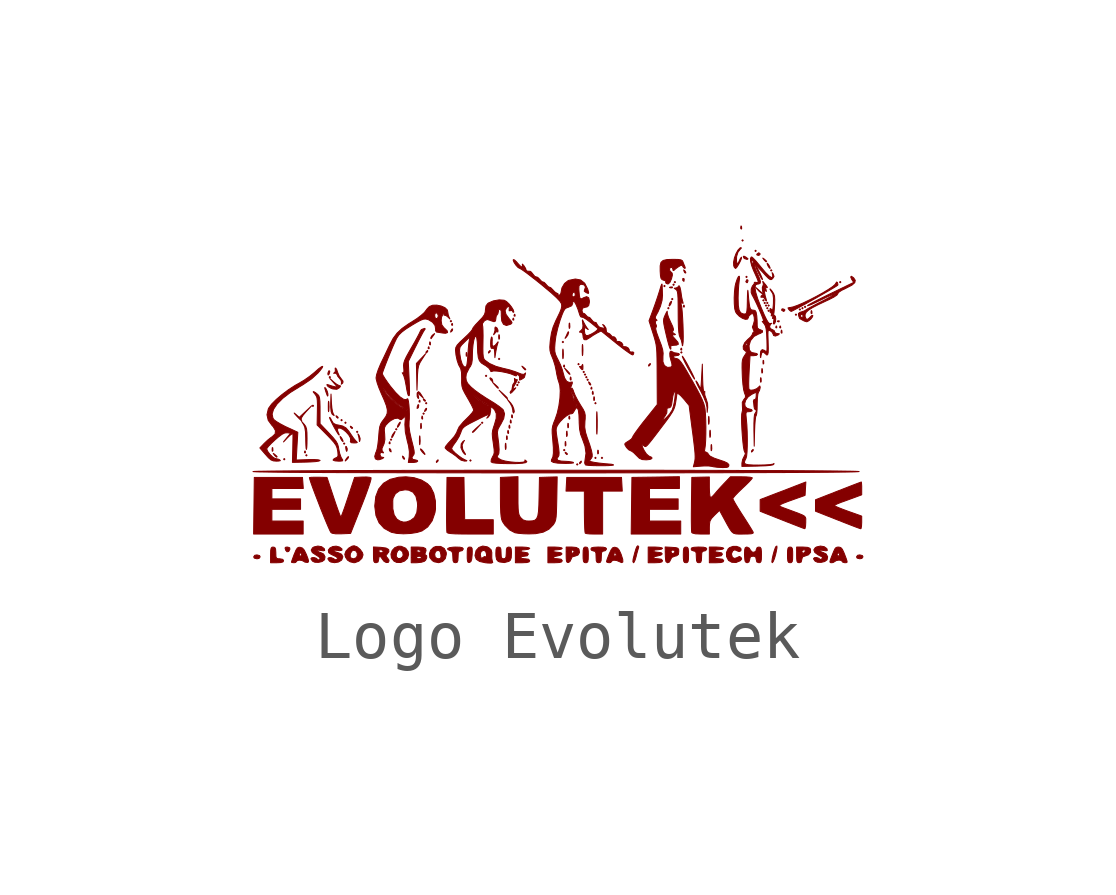
<source format=kicad_sym>
(kicad_symbol_lib
  (version 20220914)
  (generator kicad_symbol_editor)
  (symbol "Logo Evolutek"
    (pin_numbers hide)
    (pin_names
      (offset 0) hide)
    (property "Reference" "#G"
      (at 0 3.838 0)
      (effects (font (size 1.27 1.27)) hide))
    (symbol "Logo Evolutek_0_0"
      (polyline (pts (xy -2.934 -0.123) (xy -2.935 -0.122) (xy -2.934 -0.123) (xy -2.934 -0.123)) (stroke (width 0.01) (type default)) (fill (type outline)))
      (polyline (pts (xy 4.263 1.942) (xy 4.258 1.943) (xy 4.263 1.938) (xy 4.263 1.942)) (stroke (width 0.01) (type default)) (fill (type outline)))
      (polyline (pts (xy -5.693 -1.504) (xy -5.706 -1.491) (xy -5.72 -1.504) (xy -5.706 -1.518) (xy -5.693 -1.504)) (stroke (width 0.01) (type default)) (fill (type outline)))
      (polyline (pts (xy -5.232 -1.423) (xy -5.245 -1.41) (xy -5.259 -1.423) (xy -5.245 -1.437) (xy -5.232 -1.423)) (stroke (width 0.01) (type default)) (fill (type outline)))
      (polyline (pts (xy -5.096 -0.393) (xy -5.11 -0.38) (xy -5.123 -0.393) (xy -5.11 -0.407) (xy -5.096 -0.393)) (stroke (width 0.01) (type default)) (fill (type outline)))
      (polyline (pts (xy -4.744 0.203) (xy -4.757 0.217) (xy -4.771 0.203) (xy -4.757 0.19) (xy -4.744 0.203)) (stroke (width 0.01) (type default)) (fill (type outline)))
      (polyline (pts (xy -4.5 -0.691) (xy -4.513 -0.678) (xy -4.527 -0.691) (xy -4.513 -0.705) (xy -4.5 -0.691)) (stroke (width 0.01) (type default)) (fill (type outline)))
      (polyline (pts (xy -4.446 -1.179) (xy -4.459 -1.166) (xy -4.473 -1.179) (xy -4.459 -1.193) (xy -4.446 -1.179)) (stroke (width 0.01) (type default)) (fill (type outline)))
      (polyline (pts (xy -4.419 -0.746) (xy -4.432 -0.732) (xy -4.446 -0.746) (xy -4.432 -0.759) (xy -4.419 -0.746)) (stroke (width 0.01) (type default)) (fill (type outline)))
      (polyline (pts (xy -4.175 -0.935) (xy -4.188 -0.922) (xy -4.202 -0.935) (xy -4.188 -0.949) (xy -4.175 -0.935)) (stroke (width 0.01) (type default)) (fill (type outline)))
      (polyline (pts (xy -3.47 -1.098) (xy -3.483 -1.084) (xy -3.497 -1.098) (xy -3.483 -1.111) (xy -3.47 -1.098)) (stroke (width 0.01) (type default)) (fill (type outline)))
      (polyline (pts (xy -3.361 -0.881) (xy -3.375 -0.868) (xy -3.389 -0.881) (xy -3.375 -0.895) (xy -3.361 -0.881)) (stroke (width 0.01) (type default)) (fill (type outline)))
      (polyline (pts (xy -2.792 -0.556) (xy -2.806 -0.542) (xy -2.819 -0.556) (xy -2.806 -0.569) (xy -2.792 -0.556)) (stroke (width 0.01) (type default)) (fill (type outline)))
      (polyline (pts (xy -2.738 -0.339) (xy -2.751 -0.325) (xy -2.765 -0.339) (xy -2.751 -0.352) (xy -2.738 -0.339)) (stroke (width 0.01) (type default)) (fill (type outline)))
      (polyline (pts (xy -2.223 1.369) (xy -2.236 1.383) (xy -2.25 1.369) (xy -2.236 1.355) (xy -2.223 1.369)) (stroke (width 0.01) (type default)) (fill (type outline)))
      (polyline (pts (xy -1.816 -1.532) (xy -1.83 -1.518) (xy -1.843 -1.532) (xy -1.83 -1.545) (xy -1.816 -1.532)) (stroke (width 0.01) (type default)) (fill (type outline)))
      (polyline (pts (xy -1.572 -0.746) (xy -1.586 -0.732) (xy -1.599 -0.746) (xy -1.586 -0.759) (xy -1.572 -0.746)) (stroke (width 0.01) (type default)) (fill (type outline)))
      (polyline (pts (xy -1.491 0.23) (xy -1.504 0.244) (xy -1.518 0.23) (xy -1.504 0.217) (xy -1.491 0.23)) (stroke (width 0.01) (type default)) (fill (type outline)))
      (polyline (pts (xy -1.22 0.583) (xy -1.233 0.596) (xy -1.247 0.583) (xy -1.233 0.569) (xy -1.22 0.583)) (stroke (width 0.01) (type default)) (fill (type outline)))
      (polyline (pts (xy -0.84 0.041) (xy -0.854 0.054) (xy -0.867 0.041) (xy -0.854 0.027) (xy -0.84 0.041)) (stroke (width 0.01) (type default)) (fill (type outline)))
      (polyline (pts (xy -0.813 0.095) (xy -0.827 0.108) (xy -0.84 0.095) (xy -0.827 0.081) (xy -0.813 0.095)) (stroke (width 0.01) (type default)) (fill (type outline)))
      (polyline (pts (xy 0.108 0.935) (xy 0.095 0.949) (xy 0.081 0.935) (xy 0.095 0.922) (xy 0.108 0.935)) (stroke (width 0.01) (type default)) (fill (type outline)))
      (polyline (pts (xy 0.136 -1.315) (xy 0.122 -1.301) (xy 0.108 -1.315) (xy 0.122 -1.328) (xy 0.136 -1.315)) (stroke (width 0.01) (type default)) (fill (type outline)))
      (polyline (pts (xy 0.407 -1.613) (xy 0.393 -1.599) (xy 0.38 -1.613) (xy 0.393 -1.627) (xy 0.407 -1.613)) (stroke (width 0.01) (type default)) (fill (type outline)))
      (polyline (pts (xy 0.434 0.474) (xy 0.42 0.488) (xy 0.407 0.474) (xy 0.42 0.461) (xy 0.434 0.474)) (stroke (width 0.01) (type default)) (fill (type outline)))
      (polyline (pts (xy 0.542 0.312) (xy 0.529 0.325) (xy 0.515 0.312) (xy 0.529 0.298) (xy 0.542 0.312)) (stroke (width 0.01) (type default)) (fill (type outline)))
      (polyline (pts (xy 0.569 0.258) (xy 0.556 0.271) (xy 0.542 0.258) (xy 0.556 0.244) (xy 0.569 0.258)) (stroke (width 0.01) (type default)) (fill (type outline)))
      (polyline (pts (xy 0.596 0.203) (xy 0.583 0.217) (xy 0.569 0.203) (xy 0.583 0.19) (xy 0.596 0.203)) (stroke (width 0.01) (type default)) (fill (type outline)))
      (polyline (pts (xy 0.624 0.149) (xy 0.61 0.163) (xy 0.596 0.149) (xy 0.61 0.136) (xy 0.624 0.149)) (stroke (width 0.01) (type default)) (fill (type outline)))
      (polyline (pts (xy 0.786 -1.477) (xy 0.773 -1.464) (xy 0.759 -1.477) (xy 0.773 -1.491) (xy 0.786 -1.477)) (stroke (width 0.01) (type default)) (fill (type outline)))
      (polyline (pts (xy 0.786 -0.339) (xy 0.773 -0.325) (xy 0.759 -0.339) (xy 0.773 -0.352) (xy 0.786 -0.339)) (stroke (width 0.01) (type default)) (fill (type outline)))
      (polyline (pts (xy 0.922 -1.477) (xy 0.908 -1.464) (xy 0.895 -1.477) (xy 0.908 -1.491) (xy 0.922 -1.477)) (stroke (width 0.01) (type default)) (fill (type outline)))
      (polyline (pts (xy 2.223 2.101) (xy 2.209 2.114) (xy 2.196 2.101) (xy 2.209 2.087) (xy 2.223 2.101)) (stroke (width 0.01) (type default)) (fill (type outline)))
      (polyline (pts (xy 2.304 1.64) (xy 2.291 1.653) (xy 2.277 1.64) (xy 2.291 1.626) (xy 2.304 1.64)) (stroke (width 0.01) (type default)) (fill (type outline)))
      (polyline (pts (xy 2.385 1.83) (xy 2.372 1.843) (xy 2.358 1.83) (xy 2.372 1.816) (xy 2.385 1.83)) (stroke (width 0.01) (type default)) (fill (type outline)))
      (polyline (pts (xy 2.413 2.128) (xy 2.399 2.142) (xy 2.385 2.128) (xy 2.399 2.114) (xy 2.413 2.128)) (stroke (width 0.01) (type default)) (fill (type outline)))
      (polyline (pts (xy 2.44 2.182) (xy 2.426 2.196) (xy 2.413 2.182) (xy 2.426 2.169) (xy 2.44 2.182)) (stroke (width 0.01) (type default)) (fill (type outline)))
      (polyline (pts (xy 2.575 0.718) (xy 2.562 0.732) (xy 2.548 0.718) (xy 2.562 0.705) (xy 2.575 0.718)) (stroke (width 0.01) (type default)) (fill (type outline)))
      (polyline (pts (xy 3.849 3.05) (xy 3.836 3.063) (xy 3.822 3.05) (xy 3.836 3.036) (xy 3.849 3.05)) (stroke (width 0.01) (type default)) (fill (type outline)))
      (polyline (pts (xy 3.931 2.291) (xy 3.917 2.304) (xy 3.904 2.291) (xy 3.917 2.277) (xy 3.931 2.291)) (stroke (width 0.01) (type default)) (fill (type outline)))
      (polyline (pts (xy 4.12 2.833) (xy 4.107 2.846) (xy 4.093 2.833) (xy 4.107 2.819) (xy 4.12 2.833)) (stroke (width 0.01) (type default)) (fill (type outline)))
      (polyline (pts (xy 4.283 1.803) (xy 4.269 1.816) (xy 4.256 1.803) (xy 4.269 1.789) (xy 4.283 1.803)) (stroke (width 0.01) (type default)) (fill (type outline)))
      (polyline (pts (xy 4.31 1.748) (xy 4.297 1.762) (xy 4.283 1.748) (xy 4.297 1.735) (xy 4.31 1.748)) (stroke (width 0.01) (type default)) (fill (type outline)))
      (polyline (pts (xy 4.337 1.694) (xy 4.324 1.708) (xy 4.31 1.694) (xy 4.324 1.681) (xy 4.337 1.694)) (stroke (width 0.01) (type default)) (fill (type outline)))
      (polyline (pts (xy 4.364 1.64) (xy 4.351 1.653) (xy 4.337 1.64) (xy 4.351 1.626) (xy 4.364 1.64)) (stroke (width 0.01) (type default)) (fill (type outline)))
      (polyline (pts (xy 4.364 1.748) (xy 4.351 1.762) (xy 4.337 1.748) (xy 4.351 1.735) (xy 4.364 1.748)) (stroke (width 0.01) (type default)) (fill (type outline)))
      (polyline (pts (xy 4.391 1.586) (xy 4.378 1.599) (xy 4.364 1.586) (xy 4.378 1.572) (xy 4.391 1.586)) (stroke (width 0.01) (type default)) (fill (type outline)))
      (polyline (pts (xy 4.391 1.694) (xy 4.378 1.708) (xy 4.364 1.694) (xy 4.378 1.681) (xy 4.391 1.694)) (stroke (width 0.01) (type default)) (fill (type outline)))
      (polyline (pts (xy 4.446 2.426) (xy 4.432 2.44) (xy 4.419 2.426) (xy 4.432 2.413) (xy 4.446 2.426)) (stroke (width 0.01) (type default)) (fill (type outline)))
      (polyline (pts (xy 4.961 1.504) (xy 4.947 1.518) (xy 4.934 1.504) (xy 4.947 1.491) (xy 4.961 1.504)) (stroke (width 0.01) (type default)) (fill (type outline)))
      (polyline (pts (xy 5.042 1.613) (xy 5.029 1.626) (xy 5.015 1.613) (xy 5.029 1.599) (xy 5.042 1.613)) (stroke (width 0.01) (type default)) (fill (type outline)))
      (polyline (pts (xy 5.096 1.64) (xy 5.083 1.653) (xy 5.069 1.64) (xy 5.083 1.626) (xy 5.096 1.64)) (stroke (width 0.01) (type default)) (fill (type outline)))
      (polyline (pts (xy 5.151 1.667) (xy 5.137 1.681) (xy 5.123 1.667) (xy 5.137 1.653) (xy 5.151 1.667)) (stroke (width 0.01) (type default)) (fill (type outline)))
      (polyline (pts (xy 5.882 2.182) (xy 5.869 2.196) (xy 5.855 2.182) (xy 5.869 2.169) (xy 5.882 2.182)) (stroke (width 0.01) (type default)) (fill (type outline)))
      (polyline (pts (xy -5.946 -1.335) (xy -5.942 -1.323) (xy -5.946 -1.267) (xy -5.955 -1.263) (xy -5.959 -1.301) (xy -5.956 -1.339) (xy -5.946 -1.335)) (stroke (width 0.01) (type default)) (fill (type outline)))
      (polyline (pts (xy -5.265 -1.369) (xy -5.268 -1.337) (xy -5.276 -1.333) (xy -5.286 -1.355) (xy -5.284 -1.37) (xy -5.268 -1.373) (xy -5.265 -1.369)) (stroke (width 0.01) (type default)) (fill (type outline)))
      (polyline (pts (xy -3.503 -1.18) (xy -3.506 -1.148) (xy -3.514 -1.143) (xy -3.524 -1.166) (xy -3.522 -1.18) (xy -3.506 -1.184) (xy -3.503 -1.18)) (stroke (width 0.01) (type default)) (fill (type outline)))
      (polyline (pts (xy -2.906 -0.233) (xy -2.916 -0.183) (xy -2.934 -0.123) (xy -2.941 -0.141) (xy -2.938 -0.201) (xy -2.917 -0.241) (xy -2.906 -0.233)) (stroke (width 0.01) (type default)) (fill (type outline)))
      (polyline (pts (xy -2.879 -0.312) (xy -2.882 -0.28) (xy -2.891 -0.276) (xy -2.901 -0.298) (xy -2.899 -0.313) (xy -2.882 -0.316) (xy -2.879 -0.312)) (stroke (width 0.01) (type default)) (fill (type outline)))
      (polyline (pts (xy -2.825 -0.661) (xy -2.828 -0.618) (xy -2.837 -0.606) (xy -2.844 -0.635) (xy -2.842 -0.662) (xy -2.83 -0.67) (xy -2.825 -0.661)) (stroke (width 0.01) (type default)) (fill (type outline)))
      (polyline (pts (xy -2.689 0.799) (xy -2.693 0.831) (xy -2.701 0.836) (xy -2.711 0.813) (xy -2.709 0.799) (xy -2.693 0.795) (xy -2.689 0.799)) (stroke (width 0.01) (type default)) (fill (type outline)))
      (polyline (pts (xy -2.662 0.884) (xy -2.665 0.927) (xy -2.675 0.939) (xy -2.682 0.91) (xy -2.68 0.883) (xy -2.667 0.875) (xy -2.662 0.884)) (stroke (width 0.01) (type default)) (fill (type outline)))
      (polyline (pts (xy -2.201 1.287) (xy -2.205 1.319) (xy -2.213 1.323) (xy -2.223 1.301) (xy -2.221 1.287) (xy -2.205 1.283) (xy -2.201 1.287)) (stroke (width 0.01) (type default)) (fill (type outline)))
      (polyline (pts (xy -1.907 0.644) (xy -1.903 0.656) (xy -1.907 0.712) (xy -1.916 0.716) (xy -1.92 0.678) (xy -1.917 0.64) (xy -1.907 0.644)) (stroke (width 0.01) (type default)) (fill (type outline)))
      (polyline (pts (xy -1.066 -1.091) (xy -1.063 -1.079) (xy -1.066 -1.023) (xy -1.076 -1.019) (xy -1.08 -1.057) (xy -1.076 -1.095) (xy -1.066 -1.091)) (stroke (width 0.01) (type default)) (fill (type outline)))
      (polyline (pts (xy -1.035 -0.959) (xy -1.039 -0.917) (xy -1.048 -0.904) (xy -1.055 -0.933) (xy -1.053 -0.961) (xy -1.041 -0.969) (xy -1.035 -0.959)) (stroke (width 0.01) (type default)) (fill (type outline)))
      (polyline (pts (xy -1.008 -0.851) (xy -1.012 -0.808) (xy -1.021 -0.796) (xy -1.028 -0.825) (xy -1.026 -0.852) (xy -1.014 -0.86) (xy -1.008 -0.851)) (stroke (width 0.01) (type default)) (fill (type outline)))
      (polyline (pts (xy -0.981 -0.742) (xy -0.985 -0.7) (xy -0.994 -0.687) (xy -1.001 -0.716) (xy -0.999 -0.744) (xy -0.987 -0.752) (xy -0.981 -0.742)) (stroke (width 0.01) (type default)) (fill (type outline)))
      (polyline (pts (xy -0.954 -0.634) (xy -0.957 -0.591) (xy -0.967 -0.579) (xy -0.974 -0.608) (xy -0.972 -0.635) (xy -0.96 -0.643) (xy -0.954 -0.634)) (stroke (width 0.01) (type default)) (fill (type outline)))
      (polyline (pts (xy -0.927 1.395) (xy -0.931 1.428) (xy -0.939 1.432) (xy -0.949 1.41) (xy -0.947 1.395) (xy -0.931 1.391) (xy -0.927 1.395)) (stroke (width 0.01) (type default)) (fill (type outline)))
      (polyline (pts (xy -0.9 1.477) (xy -0.904 1.509) (xy -0.912 1.513) (xy -0.922 1.491) (xy -0.92 1.476) (xy -0.904 1.473) (xy -0.9 1.477)) (stroke (width 0.01) (type default)) (fill (type outline)))
      (polyline (pts (xy 0.13 0.42) (xy 0.127 0.452) (xy 0.118 0.456) (xy 0.108 0.434) (xy 0.11 0.419) (xy 0.127 0.416) (xy 0.13 0.42)) (stroke (width 0.01) (type default)) (fill (type outline)))
      (polyline (pts (xy 0.239 -0.661) (xy 0.235 -0.618) (xy 0.226 -0.606) (xy 0.219 -0.635) (xy 0.221 -0.662) (xy 0.233 -0.67) (xy 0.239 -0.661)) (stroke (width 0.01) (type default)) (fill (type outline)))
      (polyline (pts (xy 0.266 0.152) (xy 0.263 0.195) (xy 0.253 0.207) (xy 0.246 0.178) (xy 0.248 0.151) (xy 0.26 0.143) (xy 0.266 0.152)) (stroke (width 0.01) (type default)) (fill (type outline)))
      (polyline (pts (xy 0.699 -0.041) (xy 0.696 -0.009) (xy 0.688 -0.005) (xy 0.678 -0.027) (xy 0.68 -0.042) (xy 0.696 -0.045) (xy 0.699 -0.041)) (stroke (width 0.01) (type default)) (fill (type outline)))
      (polyline (pts (xy 0.727 -0.146) (xy 0.723 -0.103) (xy 0.714 -0.091) (xy 0.707 -0.12) (xy 0.709 -0.147) (xy 0.721 -0.155) (xy 0.727 -0.146)) (stroke (width 0.01) (type default)) (fill (type outline)))
      (polyline (pts (xy 0.75 -0.278) (xy 0.753 -0.266) (xy 0.75 -0.21) (xy 0.741 -0.205) (xy 0.736 -0.244) (xy 0.74 -0.281) (xy 0.75 -0.278)) (stroke (width 0.01) (type default)) (fill (type outline)))
      (polyline (pts (xy 0.831 -1.389) (xy 0.835 -1.377) (xy 0.831 -1.321) (xy 0.822 -1.317) (xy 0.818 -1.355) (xy 0.821 -1.393) (xy 0.831 -1.389)) (stroke (width 0.01) (type default)) (fill (type outline)))
      (polyline (pts (xy 2.37 2.064) (xy 2.378 2.076) (xy 2.369 2.082) (xy 2.326 2.079) (xy 2.314 2.069) (xy 2.343 2.062) (xy 2.37 2.064)) (stroke (width 0.01) (type default)) (fill (type outline)))
      (polyline (pts (xy 2.57 0.772) (xy 2.566 0.804) (xy 2.558 0.808) (xy 2.548 0.786) (xy 2.55 0.772) (xy 2.566 0.768) (xy 2.57 0.772)) (stroke (width 0.01) (type default)) (fill (type outline)))
      (polyline (pts (xy 2.624 1.667) (xy 2.62 1.699) (xy 2.612 1.703) (xy 2.602 1.681) (xy 2.604 1.666) (xy 2.62 1.663) (xy 2.624 1.667)) (stroke (width 0.01) (type default)) (fill (type outline)))
      (polyline (pts (xy 3.817 3.297) (xy 3.814 3.339) (xy 3.804 3.352) (xy 3.797 3.323) (xy 3.799 3.295) (xy 3.812 3.287) (xy 3.817 3.297)) (stroke (width 0.01) (type default)) (fill (type outline)))
      (polyline (pts (xy 4.185 2.006) (xy 4.107 2.074) (xy 4.172 2) (xy 4.181 1.99) (xy 4.231 1.95) (xy 4.258 1.943) (xy 4.185 2.006)) (stroke (width 0.01) (type default)) (fill (type outline)))
      (polyline (pts (xy 4.274 0.481) (xy 4.277 0.493) (xy 4.274 0.549) (xy 4.264 0.553) (xy 4.26 0.515) (xy 4.264 0.478) (xy 4.274 0.481)) (stroke (width 0.01) (type default)) (fill (type outline)))
      (polyline (pts (xy 4.548 1.233) (xy 4.545 1.265) (xy 4.537 1.269) (xy 4.527 1.247) (xy 4.529 1.233) (xy 4.545 1.229) (xy 4.548 1.233)) (stroke (width 0.01) (type default)) (fill (type outline)))
      (polyline (pts (xy 4.596 1.357) (xy 4.599 1.373) (xy 4.595 1.377) (xy 4.563 1.373) (xy 4.559 1.365) (xy 4.581 1.355) (xy 4.596 1.357)) (stroke (width 0.01) (type default)) (fill (type outline)))
      (polyline (pts (xy 4.63 1.233) (xy 4.626 1.265) (xy 4.618 1.269) (xy 4.608 1.247) (xy 4.61 1.233) (xy 4.626 1.229) (xy 4.63 1.233)) (stroke (width 0.01) (type default)) (fill (type outline)))
      (polyline (pts (xy 4.657 1.128) (xy 4.654 1.171) (xy 4.644 1.183) (xy 4.638 1.154) (xy 4.639 1.127) (xy 4.652 1.119) (xy 4.657 1.128)) (stroke (width 0.01) (type default)) (fill (type outline)))
      (polyline (pts (xy 5.281 1.535) (xy 5.277 1.577) (xy 5.268 1.59) (xy 5.261 1.561) (xy 5.263 1.533) (xy 5.275 1.525) (xy 5.281 1.535)) (stroke (width 0.01) (type default)) (fill (type outline)))
      (polyline (pts (xy -4.763 0.298) (xy -4.76 0.329) (xy -4.774 0.337) (xy -4.783 0.328) (xy -4.798 0.283) (xy -4.795 0.252) (xy -4.781 0.251) (xy -4.763 0.298)) (stroke (width 0.01) (type default)) (fill (type outline)))
      (polyline (pts (xy -4.589 -0.65) (xy -4.583 -0.635) (xy -4.612 -0.607) (xy -4.628 -0.601) (xy -4.624 -0.619) (xy -4.616 -0.631) (xy -4.593 -0.651) (xy -4.589 -0.65)) (stroke (width 0.01) (type default)) (fill (type outline)))
      (polyline (pts (xy -4.403 -1.512) (xy -4.374 -1.478) (xy -4.367 -1.452) (xy -4.385 -1.459) (xy -4.416 -1.499) (xy -4.435 -1.532) (xy -4.436 -1.542) (xy -4.403 -1.512)) (stroke (width 0.01) (type default)) (fill (type outline)))
      (polyline (pts (xy -4.283 -0.856) (xy -4.285 -0.849) (xy -4.314 -0.824) (xy -4.33 -0.818) (xy -4.326 -0.836) (xy -4.323 -0.842) (xy -4.296 -0.867) (xy -4.283 -0.856)) (stroke (width 0.01) (type default)) (fill (type outline)))
      (polyline (pts (xy -3.487 -1.314) (xy -3.498 -1.294) (xy -3.517 -1.285) (xy -3.52 -1.291) (xy -3.512 -1.327) (xy -3.499 -1.344) (xy -3.481 -1.352) (xy -3.487 -1.314)) (stroke (width 0.01) (type default)) (fill (type outline)))
      (polyline (pts (xy -3.201 -1.492) (xy -3.222 -1.457) (xy -3.226 -1.453) (xy -3.246 -1.44) (xy -3.238 -1.472) (xy -3.224 -1.497) (xy -3.204 -1.505) (xy -3.201 -1.492)) (stroke (width 0.01) (type default)) (fill (type outline)))
      (polyline (pts (xy -2.923 -0.44) (xy -2.912 -0.425) (xy -2.906 -0.376) (xy -2.919 -0.368) (xy -2.935 -0.405) (xy -2.936 -0.407) (xy -2.941 -0.447) (xy -2.923 -0.44)) (stroke (width 0.01) (type default)) (fill (type outline)))
      (polyline (pts (xy -2.86 -0.154) (xy -2.884 -0.119) (xy -2.911 -0.098) (xy -2.932 -0.118) (xy -2.934 -0.123) (xy -2.873 -0.176) (xy -2.811 -0.231) (xy -2.86 -0.154)) (stroke (width 0.01) (type default)) (fill (type outline)))
      (polyline (pts (xy -2.773 -0.298) (xy -2.767 -0.282) (xy -2.796 -0.255) (xy -2.811 -0.248) (xy -2.808 -0.267) (xy -2.8 -0.279) (xy -2.777 -0.298) (xy -2.773 -0.298)) (stroke (width 0.01) (type default)) (fill (type outline)))
      (polyline (pts (xy -2.762 -0.495) (xy -2.746 -0.475) (xy -2.743 -0.447) (xy -2.755 -0.447) (xy -2.777 -0.48) (xy -2.779 -0.485) (xy -2.784 -0.512) (xy -2.762 -0.495)) (stroke (width 0.01) (type default)) (fill (type outline)))
      (polyline (pts (xy -2.22 1.158) (xy -2.204 1.178) (xy -2.201 1.207) (xy -2.213 1.207) (xy -2.235 1.173) (xy -2.237 1.168) (xy -2.242 1.141) (xy -2.22 1.158)) (stroke (width 0.01) (type default)) (fill (type outline)))
      (polyline (pts (xy -1.249 -0.026) (xy -1.257 -0.005) (xy -1.308 0.043) (xy -1.369 0.095) (xy -1.317 0.034) (xy -1.278 -0.009) (xy -1.256 -0.027) (xy -1.249 -0.026)) (stroke (width 0.01) (type default)) (fill (type outline)))
      (polyline (pts (xy 0.19 -1.398) (xy 0.187 -1.392) (xy 0.159 -1.366) (xy 0.143 -1.36) (xy 0.146 -1.378) (xy 0.15 -1.384) (xy 0.177 -1.409) (xy 0.19 -1.398)) (stroke (width 0.01) (type default)) (fill (type outline)))
      (polyline (pts (xy 0.675 0.053) (xy 0.654 0.088) (xy 0.65 0.092) (xy 0.63 0.105) (xy 0.639 0.073) (xy 0.652 0.048) (xy 0.672 0.04) (xy 0.675 0.053)) (stroke (width 0.01) (type default)) (fill (type outline)))
      (polyline (pts (xy 2.62 2.235) (xy 2.618 2.252) (xy 2.597 2.26) (xy 2.591 2.255) (xy 2.59 2.221) (xy 2.595 2.213) (xy 2.615 2.198) (xy 2.62 2.235)) (stroke (width 0.01) (type default)) (fill (type outline)))
      (polyline (pts (xy 2.654 2.384) (xy 2.633 2.42) (xy 2.629 2.423) (xy 2.609 2.436) (xy 2.618 2.405) (xy 2.631 2.379) (xy 2.651 2.371) (xy 2.654 2.384)) (stroke (width 0.01) (type default)) (fill (type outline)))
      (polyline (pts (xy -6.231 -3.57) (xy -6.208 -3.538) (xy -6.221 -3.511) (xy -6.275 -3.497) (xy -6.32 -3.505) (xy -6.343 -3.538) (xy -6.33 -3.564) (xy -6.275 -3.578) (xy -6.231 -3.57)) (stroke (width 0.01) (type default)) (fill (type outline)))
      (polyline (pts (xy -5.855 -1.454) (xy -5.865 -1.44) (xy -5.903 -1.406) (xy -5.922 -1.391) (xy -5.936 -1.384) (xy -5.913 -1.416) (xy -5.904 -1.427) (xy -5.868 -1.462) (xy -5.855 -1.454)) (stroke (width 0.01) (type default)) (fill (type outline)))
      (polyline (pts (xy -5.614 -3.426) (xy -5.589 -3.38) (xy -5.593 -3.349) (xy -5.636 -3.334) (xy -5.673 -3.336) (xy -5.69 -3.352) (xy -5.676 -3.401) (xy -5.649 -3.432) (xy -5.614 -3.426)) (stroke (width 0.01) (type default)) (fill (type outline)))
      (polyline (pts (xy -4.482 -1.126) (xy -4.5 -1.084) (xy -4.521 -1.051) (xy -4.542 -1.03) (xy -4.544 -1.042) (xy -4.527 -1.084) (xy -4.506 -1.118) (xy -4.484 -1.139) (xy -4.482 -1.126)) (stroke (width 0.01) (type default)) (fill (type outline)))
      (polyline (pts (xy -4.397 -1.319) (xy -4.395 -1.288) (xy -4.413 -1.242) (xy -4.413 -1.241) (xy -4.428 -1.243) (xy -4.423 -1.292) (xy -4.418 -1.315) (xy -4.407 -1.342) (xy -4.397 -1.319)) (stroke (width 0.01) (type default)) (fill (type outline)))
      (polyline (pts (xy -3.45 -1.039) (xy -3.418 -0.976) (xy -3.4 -0.937) (xy -3.4 -0.927) (xy -3.428 -0.961) (xy -3.454 -1) (xy -3.47 -1.04) (xy -3.466 -1.057) (xy -3.45 -1.039)) (stroke (width 0.01) (type default)) (fill (type outline)))
      (polyline (pts (xy -3.335 -0.829) (xy -3.307 -0.786) (xy -3.292 -0.752) (xy -3.292 -0.732) (xy -3.306 -0.744) (xy -3.334 -0.786) (xy -3.349 -0.821) (xy -3.35 -0.84) (xy -3.335 -0.829)) (stroke (width 0.01) (type default)) (fill (type outline)))
      (polyline (pts (xy -2.881 -1.186) (xy -2.877 -1.125) (xy -2.881 -1.037) (xy -2.886 -1.019) (xy -2.891 -1.044) (xy -2.892 -1.111) (xy -2.891 -1.172) (xy -2.887 -1.203) (xy -2.881 -1.186)) (stroke (width 0.01) (type default)) (fill (type outline)))
      (polyline (pts (xy -2.855 -0.861) (xy -2.85 -0.835) (xy -2.855 -0.766) (xy -2.857 -0.758) (xy -2.864 -0.764) (xy -2.867 -0.813) (xy -2.867 -0.832) (xy -2.863 -0.869) (xy -2.855 -0.861)) (stroke (width 0.01) (type default)) (fill (type outline)))
      (polyline (pts (xy -2.75 0.706) (xy -2.724 0.732) (xy -2.719 0.742) (xy -2.721 0.759) (xy -2.726 0.758) (xy -2.751 0.732) (xy -2.756 0.722) (xy -2.755 0.705) (xy -2.75 0.706)) (stroke (width 0.01) (type default)) (fill (type outline)))
      (polyline (pts (xy -2.533 -1.571) (xy -2.507 -1.545) (xy -2.502 -1.536) (xy -2.504 -1.518) (xy -2.509 -1.519) (xy -2.535 -1.545) (xy -2.54 -1.555) (xy -2.538 -1.572) (xy -2.533 -1.571)) (stroke (width 0.01) (type default)) (fill (type outline)))
      (polyline (pts (xy -1.449 0.706) (xy -1.423 0.732) (xy -1.418 0.742) (xy -1.42 0.759) (xy -1.425 0.758) (xy -1.45 0.732) (xy -1.455 0.722) (xy -1.453 0.705) (xy -1.449 0.706)) (stroke (width 0.01) (type default)) (fill (type outline)))
      (polyline (pts (xy -1.364 0.114) (xy -1.373 0.149) (xy -1.383 0.168) (xy -1.416 0.19) (xy -1.426 0.182) (xy -1.41 0.149) (xy -1.389 0.126) (xy -1.367 0.108) (xy -1.364 0.114)) (stroke (width 0.01) (type default)) (fill (type outline)))
      (polyline (pts (xy -1.229 0.996) (xy -1.224 1.018) (xy -1.228 1.077) (xy -1.23 1.082) (xy -1.238 1.086) (xy -1.242 1.044) (xy -1.242 1.037) (xy -1.238 0.995) (xy -1.229 0.996)) (stroke (width 0.01) (type default)) (fill (type outline)))
      (polyline (pts (xy -1.093 -1.295) (xy -1.088 -1.257) (xy -1.092 -1.186) (xy -1.096 -1.173) (xy -1.102 -1.181) (xy -1.105 -1.233) (xy -1.104 -1.262) (xy -1.1 -1.301) (xy -1.093 -1.295)) (stroke (width 0.01) (type default)) (fill (type outline)))
      (polyline (pts (xy -0.678 0.363) (xy -0.688 0.377) (xy -0.725 0.41) (xy -0.745 0.425) (xy -0.759 0.432) (xy -0.735 0.4) (xy -0.727 0.389) (xy -0.691 0.354) (xy -0.678 0.363)) (stroke (width 0.01) (type default)) (fill (type outline)))
      (polyline (pts (xy 0.153 -1.227) (xy 0.158 -1.205) (xy 0.154 -1.146) (xy 0.153 -1.141) (xy 0.145 -1.137) (xy 0.141 -1.179) (xy 0.141 -1.186) (xy 0.144 -1.228) (xy 0.153 -1.227)) (stroke (width 0.01) (type default)) (fill (type outline)))
      (polyline (pts (xy 0.181 -1.023) (xy 0.186 -0.997) (xy 0.181 -0.928) (xy 0.179 -0.921) (xy 0.172 -0.927) (xy 0.169 -0.976) (xy 0.169 -0.994) (xy 0.173 -1.032) (xy 0.181 -1.023)) (stroke (width 0.01) (type default)) (fill (type outline)))
      (polyline (pts (xy 0.208 -0.848) (xy 0.212 -0.825) (xy 0.209 -0.766) (xy 0.207 -0.762) (xy 0.199 -0.758) (xy 0.195 -0.8) (xy 0.195 -0.806) (xy 0.199 -0.849) (xy 0.208 -0.848)) (stroke (width 0.01) (type default)) (fill (type outline)))
      (polyline (pts (xy 0.236 1.227) (xy 0.24 1.253) (xy 0.236 1.321) (xy 0.233 1.329) (xy 0.226 1.323) (xy 0.223 1.274) (xy 0.223 1.256) (xy 0.228 1.218) (xy 0.236 1.227)) (stroke (width 0.01) (type default)) (fill (type outline)))
      (polyline (pts (xy 0.243 0.262) (xy 0.231 0.288) (xy 0.191 0.333) (xy 0.128 0.393) (xy 0.179 0.321) (xy 0.183 0.315) (xy 0.221 0.272) (xy 0.242 0.261) (xy 0.243 0.262)) (stroke (width 0.01) (type default)) (fill (type outline)))
      (polyline (pts (xy 0.449 -1.598) (xy 0.474 -1.572) (xy 0.479 -1.563) (xy 0.478 -1.545) (xy 0.473 -1.546) (xy 0.447 -1.572) (xy 0.442 -1.582) (xy 0.444 -1.599) (xy 0.449 -1.598)) (stroke (width 0.01) (type default)) (fill (type outline)))
      (polyline (pts (xy 1.886 0.435) (xy 1.911 0.461) (xy 1.916 0.47) (xy 1.914 0.488) (xy 1.91 0.487) (xy 1.884 0.461) (xy 1.879 0.451) (xy 1.881 0.434) (xy 1.886 0.435)) (stroke (width 0.01) (type default)) (fill (type outline)))
      (polyline (pts (xy 2.331 1.708) (xy 2.344 1.731) (xy 2.358 1.776) (xy 2.353 1.784) (xy 2.331 1.762) (xy 2.318 1.739) (xy 2.305 1.694) (xy 2.31 1.686) (xy 2.331 1.708)) (stroke (width 0.01) (type default)) (fill (type outline)))
      (polyline (pts (xy 3.136 -0.766) (xy 3.141 -0.711) (xy 3.137 -0.631) (xy 3.132 -0.612) (xy 3.127 -0.63) (xy 3.125 -0.691) (xy 3.126 -0.742) (xy 3.13 -0.777) (xy 3.136 -0.766)) (stroke (width 0.01) (type default)) (fill (type outline)))
      (polyline (pts (xy 3.164 -1.037) (xy 3.168 -0.994) (xy 3.164 -0.915) (xy 3.159 -0.901) (xy 3.154 -0.917) (xy 3.152 -0.976) (xy 3.153 -1.016) (xy 3.157 -1.05) (xy 3.164 -1.037)) (stroke (width 0.01) (type default)) (fill (type outline)))
      (polyline (pts (xy 3.19 -1.322) (xy 3.195 -1.284) (xy 3.191 -1.213) (xy 3.187 -1.2) (xy 3.181 -1.208) (xy 3.179 -1.26) (xy 3.179 -1.289) (xy 3.183 -1.328) (xy 3.19 -1.322)) (stroke (width 0.01) (type default)) (fill (type outline)))
      (polyline (pts (xy 3.936 2.173) (xy 3.949 2.208) (xy 3.946 2.225) (xy 3.926 2.234) (xy 3.923 2.231) (xy 3.904 2.194) (xy 3.904 2.189) (xy 3.926 2.169) (xy 3.936 2.173)) (stroke (width 0.01) (type default)) (fill (type outline)))
      (polyline (pts (xy 3.938 2.657) (xy 3.949 2.667) (xy 3.916 2.695) (xy 3.876 2.719) (xy 3.851 2.719) (xy 3.862 2.685) (xy 3.875 2.672) (xy 3.924 2.656) (xy 3.938 2.657)) (stroke (width 0.01) (type default)) (fill (type outline)))
      (polyline (pts (xy 4.027 -1.354) (xy 4.053 -1.328) (xy 4.058 -1.319) (xy 4.056 -1.301) (xy 4.051 -1.302) (xy 4.026 -1.328) (xy 4.021 -1.338) (xy 4.022 -1.355) (xy 4.027 -1.354)) (stroke (width 0.01) (type default)) (fill (type outline)))
      (polyline (pts (xy 4.18 2.741) (xy 4.202 2.765) (xy 4.201 2.771) (xy 4.176 2.792) (xy 4.169 2.791) (xy 4.134 2.765) (xy 4.131 2.751) (xy 4.16 2.738) (xy 4.18 2.741)) (stroke (width 0.01) (type default)) (fill (type outline)))
      (polyline (pts (xy 4.22 0.101) (xy 4.224 0.123) (xy 4.221 0.182) (xy 4.219 0.187) (xy 4.211 0.191) (xy 4.207 0.149) (xy 4.207 0.143) (xy 4.211 0.1) (xy 4.22 0.101)) (stroke (width 0.01) (type default)) (fill (type outline)))
      (polyline (pts (xy 4.247 0.291) (xy 4.252 0.313) (xy 4.248 0.372) (xy 4.246 0.377) (xy 4.238 0.381) (xy 4.234 0.339) (xy 4.234 0.332) (xy 4.238 0.29) (xy 4.247 0.291)) (stroke (width 0.01) (type default)) (fill (type outline)))
      (polyline (pts (xy 4.337 2.612) (xy 4.327 2.627) (xy 4.29 2.66) (xy 4.27 2.675) (xy 4.256 2.682) (xy 4.28 2.65) (xy 4.288 2.639) (xy 4.324 2.604) (xy 4.337 2.612)) (stroke (width 0.01) (type default)) (fill (type outline)))
      (polyline (pts (xy 4.409 2.479) (xy 4.391 2.521) (xy 4.371 2.554) (xy 4.349 2.575) (xy 4.347 2.563) (xy 4.364 2.521) (xy 4.385 2.488) (xy 4.407 2.467) (xy 4.409 2.479)) (stroke (width 0.01) (type default)) (fill (type outline)))
      (polyline (pts (xy 4.697 1.573) (xy 4.717 1.599) (xy 4.712 1.612) (xy 4.675 1.626) (xy 4.655 1.623) (xy 4.649 1.599) (xy 4.655 1.592) (xy 4.691 1.572) (xy 4.697 1.573)) (stroke (width 0.01) (type default)) (fill (type outline)))
      (polyline (pts (xy 6.32 -3.57) (xy 6.343 -3.538) (xy 6.33 -3.511) (xy 6.276 -3.497) (xy 6.231 -3.505) (xy 6.208 -3.538) (xy 6.221 -3.564) (xy 6.276 -3.578) (xy 6.32 -3.57)) (stroke (width 0.01) (type default)) (fill (type outline)))
      (polyline (pts (xy -2.777 -1.396) (xy -2.811 -1.345) (xy -2.812 -1.343) (xy -2.849 -1.301) (xy -2.871 -1.29) (xy -2.865 -1.312) (xy -2.833 -1.355) (xy -2.813 -1.377) (xy -2.779 -1.407) (xy -2.777 -1.396)) (stroke (width 0.01) (type default)) (fill (type outline)))
      (polyline (pts (xy -2.635 1.025) (xy -2.601 1.071) (xy -2.582 1.098) (xy -2.577 1.111) (xy -2.609 1.088) (xy -2.637 1.06) (xy -2.656 1.022) (xy -2.656 1.014) (xy -2.649 1.005) (xy -2.635 1.025)) (stroke (width 0.01) (type default)) (fill (type outline)))
      (polyline (pts (xy -1.75 -0.922) (xy -1.692 -0.861) (xy -1.613 -0.773) (xy -1.701 -0.852) (xy -1.725 -0.874) (xy -1.771 -0.919) (xy -1.789 -0.94) (xy -1.789 -0.941) (xy -1.78 -0.947) (xy -1.75 -0.922)) (stroke (width 0.01) (type default)) (fill (type outline)))
      (polyline (pts (xy -1.059 -0.235) (xy -1.084 -0.205) (xy -1.145 -0.147) (xy -1.233 -0.068) (xy -1.154 -0.156) (xy -1.131 -0.18) (xy -1.087 -0.226) (xy -1.066 -0.244) (xy -1.065 -0.244) (xy -1.059 -0.235)) (stroke (width 0.01) (type default)) (fill (type outline)))
      (polyline (pts (xy 0.101 0.603) (xy 0.105 0.677) (xy 0.101 0.765) (xy 0.101 0.766) (xy 0.095 0.788) (xy 0.091 0.761) (xy 0.09 0.691) (xy 0.091 0.62) (xy 0.095 0.588) (xy 0.101 0.603)) (stroke (width 0.01) (type default)) (fill (type outline)))
      (polyline (pts (xy 0.169 1.039) (xy 0.199 1.082) (xy 0.215 1.135) (xy 0.215 1.136) (xy 0.207 1.15) (xy 0.187 1.113) (xy 0.166 1.064) (xy 0.141 1.017) (xy 0.141 1.011) (xy 0.169 1.039)) (stroke (width 0.01) (type default)) (fill (type outline)))
      (polyline (pts (xy -4.778 -0.495) (xy -4.774 -0.414) (xy -4.778 -0.319) (xy -4.779 -0.313) (xy -4.784 -0.299) (xy -4.788 -0.332) (xy -4.789 -0.407) (xy -4.789 -0.418) (xy -4.788 -0.487) (xy -4.784 -0.515) (xy -4.778 -0.495)) (stroke (width 0.01) (type default)) (fill (type outline)))
      (polyline (pts (xy -4.129 -1.105) (xy -4.127 -1.072) (xy -4.148 -1.011) (xy -4.161 -0.99) (xy -4.173 -0.978) (xy -4.163 -1.012) (xy -4.155 -1.041) (xy -4.144 -1.107) (xy -4.144 -1.116) (xy -4.139 -1.137) (xy -4.129 -1.105)) (stroke (width 0.01) (type default)) (fill (type outline)))
      (polyline (pts (xy -4.797 -0.182) (xy -4.798 -0.142) (xy -4.813 -0.087) (xy -4.837 -0.039) (xy -4.841 -0.033) (xy -4.861 -0.011) (xy -4.862 -0.027) (xy -4.844 -0.088) (xy -4.837 -0.109) (xy -4.816 -0.167) (xy -4.805 -0.19) (xy -4.797 -0.182)) (stroke (width 0.01) (type default)) (fill (type outline)))
      (polyline (pts (xy -2.934 0.187) (xy -2.931 0.27) (xy -2.923 0.369) (xy -2.908 0.442) (xy -2.883 0.502) (xy -2.844 0.567) (xy -2.763 0.691) (xy -2.859 0.59) (xy -2.955 0.489) (xy -2.949 0.21) (xy -2.943 -0.068) (xy -2.934 0.187)) (stroke (width 0.01) (type default)) (fill (type outline)))
      (polyline (pts (xy 0.507 0.67) (xy 0.508 0.673) (xy 0.512 0.764) (xy 0.508 0.86) (xy 0.506 0.871) (xy 0.502 0.884) (xy 0.498 0.85) (xy 0.497 0.772) (xy 0.497 0.751) (xy 0.499 0.681) (xy 0.502 0.652) (xy 0.507 0.67)) (stroke (width 0.01) (type default)) (fill (type outline)))
      (polyline (pts (xy 0.511 0.367) (xy 0.512 0.427) (xy 0.512 0.433) (xy 0.506 0.469) (xy 0.496 0.454) (xy 0.484 0.429) (xy 0.452 0.425) (xy 0.44 0.426) (xy 0.457 0.398) (xy 0.459 0.396) (xy 0.495 0.358) (xy 0.511 0.367)) (stroke (width 0.01) (type default)) (fill (type outline)))
      (polyline (pts (xy -4.685 -0.561) (xy -4.685 -0.561) (xy -4.701 -0.518) (xy -4.715 -0.438) (xy -4.724 -0.338) (xy -4.733 -0.149) (xy -4.739 -0.34) (xy -4.739 -0.423) (xy -4.73 -0.516) (xy -4.711 -0.564) (xy -4.681 -0.59) (xy -4.666 -0.592) (xy -4.685 -0.561)) (stroke (width 0.01) (type default)) (fill (type outline)))
      (polyline (pts (xy -0.928 -0.54) (xy -0.917 -0.51) (xy -0.928 -0.454) (xy -0.954 -0.389) (xy -0.992 -0.334) (xy -1.062 -0.258) (xy -1.006 -0.336) (xy -1.003 -0.34) (xy -0.965 -0.412) (xy -0.949 -0.478) (xy -0.946 -0.519) (xy -0.935 -0.542) (xy -0.928 -0.54)) (stroke (width 0.01) (type default)) (fill (type outline)))
      (polyline (pts (xy 4.247 2.252) (xy 4.226 2.304) (xy 4.194 2.374) (xy 4.157 2.445) (xy 4.125 2.499) (xy 4.107 2.521) (xy 4.109 2.504) (xy 4.13 2.45) (xy 4.167 2.373) (xy 4.202 2.305) (xy 4.233 2.251) (xy 4.25 2.234) (xy 4.247 2.252)) (stroke (width 0.01) (type default)) (fill (type outline)))
      (polyline (pts (xy -1.937 -1.393) (xy -1.964 -1.349) (xy -1.991 -1.298) (xy -2.003 -1.211) (xy -1.972 -1.139) (xy -1.962 -1.127) (xy -1.954 -1.114) (xy -1.986 -1.136) (xy -2.022 -1.185) (xy -2.028 -1.264) (xy -1.991 -1.349) (xy -1.959 -1.39) (xy -1.935 -1.41) (xy -1.937 -1.393)) (stroke (width 0.01) (type default)) (fill (type outline)))
      (polyline (pts (xy 0.806 -0.943) (xy 0.809 -0.843) (xy 0.81 -0.698) (xy 0.806 -0.564) (xy 0.804 -0.531) (xy 0.801 -0.517) (xy 0.799 -0.55) (xy 0.797 -0.628) (xy 0.797 -0.746) (xy 0.797 -0.818) (xy 0.798 -0.916) (xy 0.8 -0.972) (xy 0.803 -0.982) (xy 0.806 -0.943)) (stroke (width 0.01) (type default)) (fill (type outline)))
      (polyline (pts (xy -5.355 -0.675) (xy -5.349 -0.645) (xy -5.314 -0.589) (xy -5.255 -0.519) (xy -5.137 -0.393) (xy -5.265 -0.513) (xy -5.394 -0.634) (xy -5.468 -0.568) (xy -5.499 -0.543) (xy -5.494 -0.554) (xy -5.45 -0.603) (xy -5.412 -0.643) (xy -5.362 -0.692) (xy -5.343 -0.704) (xy -5.355 -0.675)) (stroke (width 0.01) (type default)) (fill (type outline)))
      (polyline (pts (xy 4.476 -3.631) (xy 4.5 -3.572) (xy 4.523 -3.492) (xy 4.536 -3.435) (xy 4.552 -3.35) (xy 4.55 -3.313) (xy 4.531 -3.322) (xy 4.517 -3.348) (xy 4.494 -3.414) (xy 4.471 -3.498) (xy 4.453 -3.579) (xy 4.446 -3.636) (xy 4.446 -3.647) (xy 4.456 -3.659) (xy 4.476 -3.631)) (stroke (width 0.01) (type default)) (fill (type outline)))
      (polyline (pts (xy -1.316 1.123) (xy -1.288 1.153) (xy -1.274 1.153) (xy -1.274 1.148) (xy -1.26 1.144) (xy -1.259 1.145) (xy -1.256 1.181) (xy -1.276 1.226) (xy -1.306 1.247) (xy -1.316 1.244) (xy -1.321 1.213) (xy -1.318 1.183) (xy -1.333 1.125) (xy -1.347 1.094) (xy -1.346 1.087) (xy -1.316 1.123)) (stroke (width 0.01) (type default)) (fill (type outline)))
      (polyline (pts (xy 1.575 -3.652) (xy 1.598 -3.605) (xy 1.62 -3.531) (xy 1.629 -3.491) (xy 1.651 -3.409) (xy 1.668 -3.355) (xy 1.674 -3.327) (xy 1.657 -3.307) (xy 1.653 -3.308) (xy 1.635 -3.325) (xy 1.615 -3.372) (xy 1.59 -3.456) (xy 1.557 -3.585) (xy 1.552 -3.637) (xy 1.565 -3.66) (xy 1.575 -3.652)) (stroke (width 0.01) (type default)) (fill (type outline)))
      (polyline (pts (xy -1.846 -3.654) (xy -1.819 -3.633) (xy -1.803 -3.583) (xy -1.794 -3.49) (xy -1.792 -3.419) (xy -1.795 -3.363) (xy -1.811 -3.339) (xy -1.842 -3.334) (xy -1.868 -3.338) (xy -1.887 -3.358) (xy -1.896 -3.408) (xy -1.897 -3.499) (xy -1.897 -3.565) (xy -1.891 -3.626) (xy -1.877 -3.653) (xy -1.85 -3.655) (xy -1.846 -3.654)) (stroke (width 0.01) (type default)) (fill (type outline)))
      (polyline (pts (xy 0.593 -3.657) (xy 0.613 -3.637) (xy 0.622 -3.588) (xy 0.624 -3.497) (xy 0.623 -3.425) (xy 0.616 -3.366) (xy 0.6 -3.34) (xy 0.569 -3.334) (xy 0.545 -3.337) (xy 0.526 -3.357) (xy 0.517 -3.406) (xy 0.515 -3.497) (xy 0.516 -3.569) (xy 0.523 -3.628) (xy 0.539 -3.654) (xy 0.569 -3.66) (xy 0.593 -3.657)) (stroke (width 0.01) (type default)) (fill (type outline)))
      (polyline (pts (xy 2.681 -3.657) (xy 2.7 -3.637) (xy 2.709 -3.588) (xy 2.711 -3.497) (xy 2.71 -3.425) (xy 2.703 -3.366) (xy 2.687 -3.34) (xy 2.657 -3.334) (xy 2.633 -3.337) (xy 2.613 -3.357) (xy 2.604 -3.406) (xy 2.602 -3.497) (xy 2.603 -3.569) (xy 2.61 -3.628) (xy 2.626 -3.654) (xy 2.657 -3.66) (xy 2.681 -3.657)) (stroke (width 0.01) (type default)) (fill (type outline)))
      (polyline (pts (xy 2.835 0.174) (xy 2.813 0.224) (xy 2.774 0.305) (xy 2.721 0.406) (xy 2.682 0.48) (xy 2.633 0.565) (xy 2.598 0.621) (xy 2.582 0.639) (xy 2.583 0.627) (xy 2.605 0.576) (xy 2.644 0.495) (xy 2.697 0.395) (xy 2.732 0.332) (xy 2.782 0.245) (xy 2.819 0.185) (xy 2.837 0.163) (xy 2.835 0.174)) (stroke (width 0.01) (type default)) (fill (type outline)))
      (polyline (pts (xy 4.849 -3.657) (xy 4.869 -3.637) (xy 4.877 -3.588) (xy 4.879 -3.497) (xy 4.878 -3.425) (xy 4.872 -3.366) (xy 4.856 -3.34) (xy 4.825 -3.334) (xy 4.801 -3.337) (xy 4.782 -3.357) (xy 4.773 -3.406) (xy 4.771 -3.497) (xy 4.772 -3.569) (xy 4.779 -3.628) (xy 4.795 -3.654) (xy 4.825 -3.66) (xy 4.849 -3.657)) (stroke (width 0.01) (type default)) (fill (type outline)))
      (polyline (pts (xy -5.243 -1.298) (xy -5.237 -1.256) (xy -5.233 -1.177) (xy -5.232 -1.074) (xy -5.232 -1.07) (xy -5.234 -0.953) (xy -5.242 -0.876) (xy -5.259 -0.824) (xy -5.288 -0.782) (xy -5.345 -0.718) (xy -5.302 -0.785) (xy -5.279 -0.839) (xy -5.264 -0.935) (xy -5.259 -1.077) (xy -5.259 -1.114) (xy -5.256 -1.21) (xy -5.252 -1.276) (xy -5.245 -1.301) (xy -5.243 -1.298)) (stroke (width 0.01) (type default)) (fill (type outline)))
      (polyline (pts (xy -5.785 -3.657) (xy -5.734 -3.644) (xy -5.72 -3.619) (xy -5.737 -3.59) (xy -5.801 -3.578) (xy -5.832 -3.578) (xy -5.866 -3.567) (xy -5.88 -3.531) (xy -5.882 -3.456) (xy -5.882 -3.447) (xy -5.887 -3.375) (xy -5.903 -3.342) (xy -5.937 -3.334) (xy -5.961 -3.337) (xy -5.98 -3.357) (xy -5.989 -3.406) (xy -5.991 -3.497) (xy -5.991 -3.66) (xy -5.855 -3.66) (xy -5.785 -3.657)) (stroke (width 0.01) (type default)) (fill (type outline)))
      (polyline (pts (xy -4.554 -0.014) (xy -4.553 -0.013) (xy -4.534 0.019) (xy -4.556 0.027) (xy -4.565 0.029) (xy -4.614 0.054) (xy -4.675 0.102) (xy -4.757 0.176) (xy -4.676 0.085) (xy -4.595 -0.007) (xy -4.662 0.006) (xy -4.713 0.019) (xy -4.782 0.042) (xy -4.817 0.051) (xy -4.813 0.03) (xy -4.79 0.005) (xy -4.734 -0.027) (xy -4.694 -0.042) (xy -4.611 -0.049) (xy -4.554 -0.014)) (stroke (width 0.01) (type default)) (fill (type outline)))
      (polyline (pts (xy -4.496 0.074) (xy -4.486 0.086) (xy -4.483 0.12) (xy -4.52 0.169) (xy -4.563 0.229) (xy -4.596 0.305) (xy -4.614 0.36) (xy -4.636 0.393) (xy -4.646 0.391) (xy -4.644 0.355) (xy -4.642 0.323) (xy -4.667 0.291) (xy -4.679 0.285) (xy -4.656 0.286) (xy -4.63 0.284) (xy -4.608 0.259) (xy -4.594 0.224) (xy -4.553 0.175) (xy -4.521 0.133) (xy -4.514 0.083) (xy -4.514 0.082) (xy -4.52 0.056) (xy -4.496 0.074)) (stroke (width 0.01) (type default)) (fill (type outline)))
      (polyline (pts (xy -1.355 -2.914) (xy -1.355 -2.765) (xy -1.653 -2.765) (xy -1.95 -2.765) (xy -1.958 -2.325) (xy -1.965 -1.884) (xy -2.142 -1.884) (xy -2.318 -1.884) (xy -2.325 -2.439) (xy -2.325 -2.478) (xy -2.327 -2.644) (xy -2.327 -2.791) (xy -2.325 -2.91) (xy -2.323 -2.992) (xy -2.319 -3.029) (xy -2.318 -3.031) (xy -2.294 -3.044) (xy -2.239 -3.053) (xy -2.147 -3.059) (xy -2.013 -3.062) (xy -1.831 -3.063) (xy -1.355 -3.063) (xy -1.355 -2.914)) (stroke (width 0.01) (type default)) (fill (type outline)))
      (polyline (pts (xy 0.922 -2.616) (xy 0.922 -2.169) (xy 1.126 -2.169) (xy 1.331 -2.169) (xy 1.323 -2.026) (xy 1.315 -1.884) (xy 0.746 -1.884) (xy 0.176 -1.884) (xy 0.168 -2.026) (xy 0.16 -2.169) (xy 0.351 -2.169) (xy 0.542 -2.169) (xy 0.542 -2.598) (xy 0.543 -2.688) (xy 0.545 -2.825) (xy 0.549 -2.937) (xy 0.554 -3.013) (xy 0.56 -3.045) (xy 0.589 -3.054) (xy 0.658 -3.061) (xy 0.75 -3.063) (xy 0.922 -3.063) (xy 0.922 -2.616)) (stroke (width 0.01) (type default)) (fill (type outline)))
      (polyline (pts (xy -5.313 -2.928) (xy -5.313 -2.792) (xy -5.638 -2.792) (xy -5.964 -2.792) (xy -5.964 -2.67) (xy -5.964 -2.548) (xy -5.665 -2.548) (xy -5.367 -2.548) (xy -5.367 -2.44) (xy -5.367 -2.331) (xy -5.665 -2.331) (xy -5.964 -2.331) (xy -5.964 -2.223) (xy -5.964 -2.114) (xy -5.637 -2.114) (xy -5.31 -2.114) (xy -5.318 -1.999) (xy -5.327 -1.884) (xy -5.828 -1.884) (xy -6.33 -1.884) (xy -6.337 -2.474) (xy -6.344 -3.063) (xy -5.829 -3.063) (xy -5.313 -3.063) (xy -5.313 -2.928)) (stroke (width 0.01) (type default)) (fill (type outline)))
      (polyline (pts (xy -1.302 0.732) (xy -1.296 0.762) (xy -1.279 0.848) (xy -1.261 0.908) (xy -1.252 0.933) (xy -1.256 0.939) (xy -1.286 0.901) (xy -1.316 0.866) (xy -1.356 0.843) (xy -1.377 0.87) (xy -1.378 0.947) (xy -1.376 0.971) (xy -1.378 1.024) (xy -1.389 1.04) (xy -1.394 1.032) (xy -1.405 0.983) (xy -1.41 0.907) (xy -1.407 0.84) (xy -1.395 0.804) (xy -1.369 0.803) (xy -1.35 0.806) (xy -1.332 0.782) (xy -1.325 0.714) (xy -1.321 0.61) (xy -1.302 0.732)) (stroke (width 0.01) (type default)) (fill (type outline)))
      (polyline (pts (xy 2.548 -2.928) (xy 2.548 -2.792) (xy 2.223 -2.792) (xy 1.898 -2.792) (xy 1.898 -2.67) (xy 1.898 -2.548) (xy 2.196 -2.548) (xy 2.494 -2.548) (xy 2.494 -2.44) (xy 2.494 -2.331) (xy 2.196 -2.331) (xy 1.898 -2.331) (xy 1.898 -2.223) (xy 1.898 -2.114) (xy 2.209 -2.114) (xy 2.521 -2.114) (xy 2.521 -1.992) (xy 2.521 -1.869) (xy 2.026 -1.877) (xy 1.532 -1.884) (xy 1.524 -2.474) (xy 1.517 -3.063) (xy 2.033 -3.063) (xy 2.548 -3.063) (xy 2.548 -2.928)) (stroke (width 0.01) (type default)) (fill (type outline)))
      (polyline (pts (xy -2.138 -3.659) (xy -2.106 -3.65) (xy -2.091 -3.614) (xy -2.087 -3.538) (xy -2.087 -3.529) (xy -2.083 -3.457) (xy -2.067 -3.424) (xy -2.033 -3.416) (xy -2.001 -3.408) (xy -1.979 -3.375) (xy -1.979 -3.37) (xy -1.996 -3.349) (xy -2.047 -3.337) (xy -2.142 -3.334) (xy -2.188 -3.336) (xy -2.265 -3.346) (xy -2.304 -3.364) (xy -2.301 -3.386) (xy -2.25 -3.408) (xy -2.22 -3.422) (xy -2.201 -3.462) (xy -2.196 -3.541) (xy -2.196 -3.544) (xy -2.192 -3.618) (xy -2.176 -3.651) (xy -2.142 -3.66) (xy -2.138 -3.659)) (stroke (width 0.01) (type default)) (fill (type outline)))
      (polyline (pts (xy -0.97 -0.116) (xy -0.92 -0.062) (xy -0.905 -0.045) (xy -0.886 -0.018) (xy -0.901 -0.025) (xy -0.922 -0.039) (xy -0.946 -0.043) (xy -0.935 -0.004) (xy -0.889 0.076) (xy -0.874 0.103) (xy -0.854 0.145) (xy -0.86 0.154) (xy -0.875 0.149) (xy -0.906 0.169) (xy -0.914 0.177) (xy -0.911 0.144) (xy -0.91 0.105) (xy -0.927 0.075) (xy -0.946 0.05) (xy -0.958 -0.008) (xy -0.966 -0.058) (xy -0.983 -0.081) (xy -0.987 -0.082) (xy -1.003 -0.108) (xy -1.003 -0.117) (xy -0.995 -0.133) (xy -0.97 -0.116)) (stroke (width 0.01) (type default)) (fill (type outline)))
      (polyline (pts (xy 3.692 2.467) (xy 3.718 2.494) (xy 3.753 2.549) (xy 3.787 2.614) (xy 3.811 2.671) (xy 3.814 2.701) (xy 3.812 2.701) (xy 3.793 2.679) (xy 3.766 2.624) (xy 3.759 2.607) (xy 3.737 2.562) (xy 3.725 2.561) (xy 3.713 2.603) (xy 3.709 2.62) (xy 3.711 2.714) (xy 3.739 2.804) (xy 3.787 2.867) (xy 3.809 2.888) (xy 3.804 2.901) (xy 3.784 2.895) (xy 3.741 2.85) (xy 3.699 2.775) (xy 3.666 2.685) (xy 3.648 2.596) (xy 3.651 2.523) (xy 3.665 2.489) (xy 3.689 2.467) (xy 3.692 2.467)) (stroke (width 0.01) (type default)) (fill (type outline)))
      (polyline (pts (xy 5.056 -3.646) (xy 5.069 -3.594) (xy 5.069 -3.585) (xy 5.086 -3.538) (xy 5.141 -3.519) (xy 5.208 -3.495) (xy 5.251 -3.443) (xy 5.25 -3.379) (xy 5.236 -3.358) (xy 5.188 -3.34) (xy 5.097 -3.334) (xy 4.961 -3.334) (xy 4.961 -3.431) (xy 5.069 -3.431) (xy 5.075 -3.41) (xy 5.112 -3.389) (xy 5.133 -3.393) (xy 5.144 -3.421) (xy 5.117 -3.456) (xy 5.085 -3.461) (xy 5.069 -3.431) (xy 4.961 -3.431) (xy 4.961 -3.497) (xy 4.962 -3.569) (xy 4.968 -3.628) (xy 4.985 -3.654) (xy 5.015 -3.66) (xy 5.056 -3.646)) (stroke (width 0.01) (type default)) (fill (type outline)))
      (polyline (pts (xy -3.201 -3.625) (xy -3.141 -3.567) (xy -3.117 -3.489) (xy -3.127 -3.429) (xy -3.178 -3.358) (xy -3.271 -3.318) (xy -3.328 -3.316) (xy -3.405 -3.346) (xy -3.459 -3.405) (xy -3.485 -3.48) (xy -3.48 -3.519) (xy -3.375 -3.519) (xy -3.368 -3.463) (xy -3.344 -3.411) (xy -3.313 -3.389) (xy -3.288 -3.394) (xy -3.242 -3.434) (xy -3.23 -3.5) (xy -3.245 -3.538) (xy -3.288 -3.571) (xy -3.336 -3.572) (xy -3.371 -3.537) (xy -3.375 -3.519) (xy -3.48 -3.519) (xy -3.475 -3.558) (xy -3.422 -3.626) (xy -3.368 -3.653) (xy -3.282 -3.656) (xy -3.201 -3.625)) (stroke (width 0.01) (type default)) (fill (type outline)))
      (polyline (pts (xy -2.41 -3.635) (xy -2.353 -3.573) (xy -2.331 -3.48) (xy -2.335 -3.44) (xy -2.375 -3.363) (xy -2.449 -3.321) (xy -2.547 -3.321) (xy -2.599 -3.341) (xy -2.659 -3.4) (xy -2.685 -3.476) (xy -2.684 -3.48) (xy -2.575 -3.48) (xy -2.555 -3.424) (xy -2.507 -3.402) (xy -2.494 -3.403) (xy -2.46 -3.426) (xy -2.445 -3.49) (xy -2.442 -3.533) (xy -2.454 -3.57) (xy -2.493 -3.578) (xy -2.529 -3.571) (xy -2.565 -3.539) (xy -2.575 -3.48) (xy -2.684 -3.48) (xy -2.675 -3.554) (xy -2.623 -3.617) (xy -2.583 -3.641) (xy -2.491 -3.659) (xy -2.41 -3.635)) (stroke (width 0.01) (type default)) (fill (type outline)))
      (polyline (pts (xy 0.241 -3.636) (xy 0.266 -3.585) (xy 0.285 -3.541) (xy 0.339 -3.524) (xy 0.343 -3.524) (xy 0.408 -3.501) (xy 0.441 -3.448) (xy 0.43 -3.382) (xy 0.42 -3.368) (xy 0.372 -3.342) (xy 0.284 -3.334) (xy 0.163 -3.334) (xy 0.163 -3.429) (xy 0.271 -3.429) (xy 0.276 -3.407) (xy 0.3 -3.394) (xy 0.308 -3.397) (xy 0.329 -3.429) (xy 0.328 -3.437) (xy 0.3 -3.465) (xy 0.285 -3.463) (xy 0.271 -3.429) (xy 0.163 -3.429) (xy 0.163 -3.499) (xy 0.164 -3.565) (xy 0.169 -3.626) (xy 0.184 -3.652) (xy 0.21 -3.655) (xy 0.241 -3.636)) (stroke (width 0.01) (type default)) (fill (type outline)))
      (polyline (pts (xy 0.844 -3.659) (xy 0.876 -3.65) (xy 0.891 -3.614) (xy 0.895 -3.538) (xy 0.895 -3.529) (xy 0.899 -3.457) (xy 0.915 -3.424) (xy 0.949 -3.416) (xy 0.98 -3.408) (xy 1.003 -3.375) (xy 1.003 -3.37) (xy 0.986 -3.349) (xy 0.935 -3.337) (xy 0.84 -3.334) (xy 0.821 -3.334) (xy 0.735 -3.339) (xy 0.69 -3.351) (xy 0.678 -3.375) (xy 0.688 -3.399) (xy 0.732 -3.416) (xy 0.736 -3.416) (xy 0.768 -3.425) (xy 0.783 -3.461) (xy 0.786 -3.538) (xy 0.786 -3.546) (xy 0.79 -3.619) (xy 0.806 -3.652) (xy 0.84 -3.66) (xy 0.844 -3.659)) (stroke (width 0.01) (type default)) (fill (type outline)))
      (polyline (pts (xy 2.313 -3.645) (xy 2.336 -3.599) (xy 2.361 -3.55) (xy 2.426 -3.524) (xy 2.462 -3.516) (xy 2.499 -3.489) (xy 2.507 -3.429) (xy 2.506 -3.387) (xy 2.49 -3.359) (xy 2.448 -3.346) (xy 2.366 -3.34) (xy 2.224 -3.332) (xy 2.226 -3.434) (xy 2.344 -3.434) (xy 2.358 -3.402) (xy 2.391 -3.395) (xy 2.423 -3.413) (xy 2.425 -3.445) (xy 2.421 -3.45) (xy 2.385 -3.47) (xy 2.364 -3.464) (xy 2.344 -3.434) (xy 2.226 -3.434) (xy 2.227 -3.475) (xy 2.228 -3.53) (xy 2.234 -3.603) (xy 2.241 -3.639) (xy 2.274 -3.661) (xy 2.313 -3.645)) (stroke (width 0.01) (type default)) (fill (type outline)))
      (polyline (pts (xy 2.932 -3.659) (xy 2.964 -3.65) (xy 2.978 -3.614) (xy 2.982 -3.538) (xy 2.982 -3.529) (xy 2.986 -3.457) (xy 3.002 -3.424) (xy 3.036 -3.416) (xy 3.068 -3.408) (xy 3.09 -3.375) (xy 3.09 -3.37) (xy 3.073 -3.349) (xy 3.022 -3.337) (xy 2.928 -3.334) (xy 2.908 -3.334) (xy 2.822 -3.339) (xy 2.777 -3.351) (xy 2.765 -3.375) (xy 2.775 -3.399) (xy 2.819 -3.416) (xy 2.823 -3.416) (xy 2.855 -3.425) (xy 2.87 -3.461) (xy 2.873 -3.538) (xy 2.873 -3.546) (xy 2.878 -3.619) (xy 2.894 -3.652) (xy 2.928 -3.66) (xy 2.932 -3.659)) (stroke (width 0.01) (type default)) (fill (type outline)))
      (polyline (pts (xy -4.234 -3.658) (xy -4.152 -3.627) (xy -4.09 -3.568) (xy -4.066 -3.496) (xy -4.079 -3.449) (xy -4.126 -3.383) (xy -4.189 -3.329) (xy -4.251 -3.307) (xy -4.294 -3.315) (xy -4.366 -3.357) (xy -4.423 -3.42) (xy -4.446 -3.485) (xy -4.435 -3.529) (xy -4.335 -3.529) (xy -4.33 -3.468) (xy -4.295 -3.414) (xy -4.261 -3.399) (xy -4.215 -3.414) (xy -4.186 -3.459) (xy -4.187 -3.521) (xy -4.215 -3.56) (xy -4.268 -3.579) (xy -4.319 -3.56) (xy -4.335 -3.529) (xy -4.435 -3.529) (xy -4.432 -3.542) (xy -4.391 -3.605) (xy -4.335 -3.641) (xy -4.256 -3.66) (xy -4.234 -3.658)) (stroke (width 0.01) (type default)) (fill (type outline)))
      (polyline (pts (xy 3.783 -3.621) (xy 3.789 -3.617) (xy 3.818 -3.582) (xy 3.803 -3.549) (xy 3.771 -3.529) (xy 3.729 -3.55) (xy 3.726 -3.552) (xy 3.669 -3.572) (xy 3.624 -3.547) (xy 3.605 -3.483) (xy 3.606 -3.47) (xy 3.629 -3.415) (xy 3.672 -3.391) (xy 3.719 -3.41) (xy 3.722 -3.413) (xy 3.764 -3.428) (xy 3.8 -3.412) (xy 3.805 -3.374) (xy 3.778 -3.343) (xy 3.713 -3.32) (xy 3.635 -3.32) (xy 3.564 -3.346) (xy 3.536 -3.371) (xy 3.5 -3.446) (xy 3.502 -3.532) (xy 3.542 -3.61) (xy 3.542 -3.611) (xy 3.612 -3.651) (xy 3.7 -3.655) (xy 3.783 -3.621)) (stroke (width 0.01) (type default)) (fill (type outline)))
      (polyline (pts (xy 4.865 1.579) (xy 4.923 1.609) (xy 5.013 1.657) (xy 5.126 1.718) (xy 5.253 1.789) (xy 5.385 1.863) (xy 5.513 1.936) (xy 5.63 2.003) (xy 5.725 2.059) (xy 5.79 2.099) (xy 5.817 2.118) (xy 5.821 2.129) (xy 5.812 2.173) (xy 5.794 2.184) (xy 5.771 2.149) (xy 5.763 2.135) (xy 5.711 2.089) (xy 5.622 2.029) (xy 5.508 1.96) (xy 5.378 1.888) (xy 5.24 1.817) (xy 5.107 1.753) (xy 4.986 1.701) (xy 4.888 1.666) (xy 4.824 1.653) (xy 4.809 1.653) (xy 4.781 1.644) (xy 4.798 1.613) (xy 4.819 1.59) (xy 4.847 1.572) (xy 4.865 1.579)) (stroke (width 0.01) (type default)) (fill (type outline)))
      (polyline (pts (xy 0.021 -3.656) (xy 0.068 -3.643) (xy 0.081 -3.619) (xy 0.081 -3.615) (xy 0.057 -3.587) (xy -0.013 -3.578) (xy -0.072 -3.573) (xy -0.105 -3.555) (xy -0.089 -3.534) (xy -0.022 -3.519) (xy -0.02 -3.519) (xy 0.05 -3.501) (xy 0.076 -3.476) (xy 0.056 -3.453) (xy -0.011 -3.443) (xy -0.026 -3.442) (xy -0.085 -3.433) (xy -0.108 -3.416) (xy -0.108 -3.412) (xy -0.076 -3.395) (xy -0.013 -3.389) (xy -0.001 -3.388) (xy 0.058 -3.379) (xy 0.081 -3.361) (xy 0.068 -3.35) (xy 0.014 -3.339) (xy -0.068 -3.334) (xy -0.217 -3.334) (xy -0.217 -3.497) (xy -0.217 -3.66) (xy -0.068 -3.66) (xy 0.021 -3.656)) (stroke (width 0.01) (type default)) (fill (type outline)))
      (polyline (pts (xy 2.108 -3.656) (xy 2.155 -3.643) (xy 2.169 -3.619) (xy 2.168 -3.615) (xy 2.144 -3.587) (xy 2.074 -3.578) (xy 2.015 -3.573) (xy 1.982 -3.555) (xy 1.998 -3.534) (xy 2.065 -3.519) (xy 2.067 -3.519) (xy 2.137 -3.501) (xy 2.163 -3.476) (xy 2.143 -3.453) (xy 2.076 -3.443) (xy 2.062 -3.442) (xy 2.003 -3.433) (xy 1.979 -3.416) (xy 1.98 -3.412) (xy 2.011 -3.395) (xy 2.074 -3.389) (xy 2.086 -3.388) (xy 2.145 -3.379) (xy 2.169 -3.361) (xy 2.155 -3.35) (xy 2.101 -3.339) (xy 2.02 -3.334) (xy 1.871 -3.334) (xy 1.871 -3.497) (xy 1.871 -3.66) (xy 2.02 -3.66) (xy 2.108 -3.656)) (stroke (width 0.01) (type default)) (fill (type outline)))
      (polyline (pts (xy 3.11 -0.429) (xy 3.107 -0.345) (xy 3.076 -0.243) (xy 3.072 -0.235) (xy 3.049 -0.168) (xy 3.047 -0.118) (xy 3.051 -0.099) (xy 3.036 -0.095) (xy 3.029 -0.092) (xy 3.017 -0.048) (xy 3.009 0.045) (xy 3.004 0.181) (xy 2.998 0.474) (xy 2.983 0.203) (xy 2.981 0.16) (xy 2.974 0.054) (xy 2.968 -0.006) (xy 2.96 -0.028) (xy 2.948 -0.017) (xy 2.931 0.021) (xy 2.927 0.029) (xy 2.894 0.092) (xy 2.866 0.126) (xy 2.864 0.121) (xy 2.879 0.081) (xy 2.914 0.008) (xy 2.965 -0.087) (xy 3.022 -0.2) (xy 3.075 -0.329) (xy 3.095 -0.423) (xy 3.099 -0.529) (xy 3.11 -0.429)) (stroke (width 0.01) (type default)) (fill (type outline)))
      (polyline (pts (xy -0.657 -3.656) (xy -0.61 -3.643) (xy -0.596 -3.619) (xy -0.597 -3.615) (xy -0.621 -3.587) (xy -0.691 -3.578) (xy -0.704 -3.578) (xy -0.762 -3.569) (xy -0.786 -3.551) (xy -0.786 -3.551) (xy -0.762 -3.532) (xy -0.705 -3.524) (xy -0.648 -3.516) (xy -0.624 -3.483) (xy -0.64 -3.455) (xy -0.705 -3.443) (xy -0.706 -3.443) (xy -0.763 -3.435) (xy -0.786 -3.416) (xy -0.785 -3.412) (xy -0.754 -3.395) (xy -0.691 -3.389) (xy -0.679 -3.388) (xy -0.62 -3.379) (xy -0.596 -3.361) (xy -0.61 -3.35) (xy -0.664 -3.339) (xy -0.745 -3.334) (xy -0.894 -3.334) (xy -0.894 -3.497) (xy -0.894 -3.66) (xy -0.745 -3.66) (xy -0.657 -3.656)) (stroke (width 0.01) (type default)) (fill (type outline)))
      (polyline (pts (xy 3.382 -3.656) (xy 3.429 -3.643) (xy 3.443 -3.619) (xy 3.442 -3.615) (xy 3.418 -3.587) (xy 3.348 -3.578) (xy 3.335 -3.578) (xy 3.277 -3.569) (xy 3.253 -3.551) (xy 3.253 -3.551) (xy 3.277 -3.532) (xy 3.334 -3.524) (xy 3.391 -3.516) (xy 3.416 -3.483) (xy 3.399 -3.455) (xy 3.334 -3.443) (xy 3.333 -3.443) (xy 3.276 -3.435) (xy 3.253 -3.416) (xy 3.254 -3.412) (xy 3.285 -3.395) (xy 3.348 -3.389) (xy 3.36 -3.388) (xy 3.419 -3.379) (xy 3.443 -3.361) (xy 3.429 -3.35) (xy 3.375 -3.339) (xy 3.294 -3.334) (xy 3.144 -3.334) (xy 3.144 -3.497) (xy 3.144 -3.66) (xy 3.294 -3.66) (xy 3.382 -3.656)) (stroke (width 0.01) (type default)) (fill (type outline)))
      (polyline (pts (xy -1.028 -3.631) (xy -1 -3.608) (xy -0.981 -3.558) (xy -0.976 -3.469) (xy -0.976 -3.439) (xy -0.981 -3.372) (xy -0.998 -3.341) (xy -1.03 -3.334) (xy -1.034 -3.334) (xy -1.066 -3.344) (xy -1.081 -3.38) (xy -1.084 -3.456) (xy -1.084 -3.465) (xy -1.089 -3.537) (xy -1.105 -3.57) (xy -1.139 -3.578) (xy -1.142 -3.578) (xy -1.174 -3.569) (xy -1.189 -3.533) (xy -1.193 -3.456) (xy -1.193 -3.447) (xy -1.197 -3.375) (xy -1.213 -3.342) (xy -1.247 -3.334) (xy -1.259 -3.335) (xy -1.286 -3.348) (xy -1.298 -3.388) (xy -1.301 -3.469) (xy -1.299 -3.524) (xy -1.285 -3.594) (xy -1.254 -3.63) (xy -1.223 -3.644) (xy -1.124 -3.657) (xy -1.028 -3.631)) (stroke (width 0.01) (type default)) (fill (type outline)))
      (polyline (pts (xy 1.089 -3.655) (xy 1.111 -3.632) (xy 1.116 -3.62) (xy 1.153 -3.607) (xy 1.212 -3.613) (xy 1.273 -3.638) (xy 1.316 -3.658) (xy 1.343 -3.646) (xy 1.341 -3.591) (xy 1.309 -3.491) (xy 1.306 -3.482) (xy 1.268 -3.399) (xy 1.232 -3.356) (xy 1.187 -3.34) (xy 1.166 -3.338) (xy 1.13 -3.35) (xy 1.099 -3.391) (xy 1.061 -3.472) (xy 1.057 -3.483) (xy 1.156 -3.483) (xy 1.164 -3.464) (xy 1.179 -3.443) (xy 1.185 -3.448) (xy 1.203 -3.483) (xy 1.206 -3.506) (xy 1.179 -3.524) (xy 1.16 -3.518) (xy 1.156 -3.483) (xy 1.057 -3.483) (xy 1.038 -3.531) (xy 1.013 -3.6) (xy 1.003 -3.636) (xy 1.013 -3.65) (xy 1.057 -3.66) (xy 1.089 -3.655)) (stroke (width 0.01) (type default)) (fill (type outline)))
      (polyline (pts (xy 3.968 -3.645) (xy 3.985 -3.592) (xy 3.985 -3.579) (xy 4.001 -3.535) (xy 4.053 -3.524) (xy 4.065 -3.524) (xy 4.109 -3.54) (xy 4.12 -3.592) (xy 4.132 -3.644) (xy 4.175 -3.66) (xy 4.199 -3.657) (xy 4.218 -3.637) (xy 4.227 -3.588) (xy 4.229 -3.497) (xy 4.228 -3.425) (xy 4.221 -3.366) (xy 4.205 -3.34) (xy 4.175 -3.334) (xy 4.14 -3.343) (xy 4.12 -3.389) (xy 4.111 -3.425) (xy 4.064 -3.443) (xy 4.029 -3.434) (xy 3.993 -3.389) (xy 3.975 -3.357) (xy 3.928 -3.334) (xy 3.914 -3.335) (xy 3.89 -3.35) (xy 3.879 -3.394) (xy 3.876 -3.479) (xy 3.878 -3.535) (xy 3.884 -3.606) (xy 3.894 -3.642) (xy 3.929 -3.661) (xy 3.968 -3.645)) (stroke (width 0.01) (type default)) (fill (type outline)))
      (polyline (pts (xy 6.303 -2.946) (xy 6.312 -2.898) (xy 6.316 -2.822) (xy 6.316 -2.69) (xy 6.032 -2.588) (xy 5.931 -2.551) (xy 5.836 -2.514) (xy 5.771 -2.485) (xy 5.747 -2.47) (xy 5.76 -2.458) (xy 5.811 -2.433) (xy 5.889 -2.402) (xy 5.935 -2.386) (xy 6.059 -2.341) (xy 6.174 -2.299) (xy 6.316 -2.246) (xy 6.316 -2.112) (xy 6.316 -2.066) (xy 6.312 -2.003) (xy 6.308 -1.979) (xy 6.28 -1.989) (xy 6.21 -2.015) (xy 6.106 -2.055) (xy 5.975 -2.106) (xy 5.826 -2.164) (xy 5.354 -2.349) (xy 5.354 -2.468) (xy 5.354 -2.588) (xy 5.815 -2.77) (xy 5.955 -2.825) (xy 6.086 -2.876) (xy 6.193 -2.917) (xy 6.265 -2.943) (xy 6.296 -2.953) (xy 6.303 -2.946)) (stroke (width 0.01) (type default)) (fill (type outline)))
      (polyline (pts (xy -1.366 -3.655) (xy -1.374 -3.625) (xy -1.376 -3.62) (xy -1.386 -3.567) (xy -1.386 -3.493) (xy -1.385 -3.448) (xy -1.4 -3.39) (xy -1.447 -3.347) (xy -1.482 -3.328) (xy -1.574 -3.313) (xy -1.655 -3.342) (xy -1.713 -3.408) (xy -1.729 -3.48) (xy -1.625 -3.48) (xy -1.606 -3.424) (xy -1.558 -3.402) (xy -1.558 -3.402) (xy -1.514 -3.42) (xy -1.496 -3.479) (xy -1.495 -3.486) (xy -1.497 -3.535) (xy -1.519 -3.537) (xy -1.538 -3.532) (xy -1.574 -3.554) (xy -1.595 -3.574) (xy -1.614 -3.545) (xy -1.625 -3.48) (xy -1.729 -3.48) (xy -1.735 -3.505) (xy -1.734 -3.519) (xy -1.708 -3.588) (xy -1.639 -3.634) (xy -1.522 -3.66) (xy -1.468 -3.666) (xy -1.395 -3.668) (xy -1.366 -3.655)) (stroke (width 0.01) (type default)) (fill (type outline)))
      (polyline (pts (xy -5.471 -3.655) (xy -5.449 -3.632) (xy -5.438 -3.616) (xy -5.394 -3.606) (xy -5.338 -3.613) (xy -5.294 -3.635) (xy -5.278 -3.647) (xy -5.223 -3.655) (xy -5.21 -3.65) (xy -5.2 -3.628) (xy -5.211 -3.581) (xy -5.242 -3.497) (xy -5.251 -3.477) (xy -5.29 -3.397) (xy -5.327 -3.355) (xy -5.371 -3.34) (xy -5.402 -3.339) (xy -5.434 -3.354) (xy -5.463 -3.399) (xy -5.497 -3.482) (xy -5.394 -3.482) (xy -5.391 -3.462) (xy -5.367 -3.456) (xy -5.36 -3.462) (xy -5.34 -3.498) (xy -5.341 -3.505) (xy -5.367 -3.524) (xy -5.38 -3.519) (xy -5.394 -3.482) (xy -5.497 -3.482) (xy -5.499 -3.484) (xy -5.525 -3.555) (xy -5.548 -3.619) (xy -5.557 -3.648) (xy -5.547 -3.655) (xy -5.503 -3.66) (xy -5.471 -3.655)) (stroke (width 0.01) (type default)) (fill (type outline)))
      (polyline (pts (xy -4.918 -3.635) (xy -4.869 -3.599) (xy -4.868 -3.598) (xy -4.857 -3.536) (xy -4.887 -3.479) (xy -4.95 -3.447) (xy -4.98 -3.438) (xy -5.029 -3.411) (xy -5.033 -3.405) (xy -5.018 -3.396) (xy -4.954 -3.403) (xy -4.892 -3.412) (xy -4.865 -3.405) (xy -4.869 -3.378) (xy -4.876 -3.364) (xy -4.929 -3.326) (xy -5.006 -3.313) (xy -5.087 -3.331) (xy -5.119 -3.351) (xy -5.145 -3.398) (xy -5.121 -3.449) (xy -5.049 -3.497) (xy -5.039 -3.502) (xy -4.984 -3.539) (xy -4.961 -3.571) (xy -4.966 -3.592) (xy -4.995 -3.604) (xy -5.029 -3.578) (xy -5.04 -3.567) (xy -5.084 -3.553) (xy -5.129 -3.554) (xy -5.151 -3.573) (xy -5.146 -3.588) (xy -5.117 -3.628) (xy -5.07 -3.65) (xy -4.994 -3.653) (xy -4.918 -3.635)) (stroke (width 0.01) (type default)) (fill (type outline)))
      (polyline (pts (xy -4.579 -3.646) (xy -4.517 -3.609) (xy -4.508 -3.598) (xy -4.486 -3.536) (xy -4.513 -3.483) (xy -4.585 -3.451) (xy -4.644 -3.434) (xy -4.679 -3.41) (xy -4.681 -3.406) (xy -4.66 -3.397) (xy -4.597 -3.403) (xy -4.55 -3.409) (xy -4.505 -3.399) (xy -4.505 -3.372) (xy -4.556 -3.333) (xy -4.625 -3.315) (xy -4.696 -3.323) (xy -4.756 -3.353) (xy -4.789 -3.397) (xy -4.781 -3.448) (xy -4.778 -3.453) (xy -4.736 -3.482) (xy -4.669 -3.515) (xy -4.634 -3.531) (xy -4.597 -3.559) (xy -4.605 -3.586) (xy -4.63 -3.602) (xy -4.668 -3.584) (xy -4.682 -3.573) (xy -4.731 -3.554) (xy -4.777 -3.554) (xy -4.798 -3.573) (xy -4.794 -3.587) (xy -4.766 -3.627) (xy -4.736 -3.646) (xy -4.66 -3.659) (xy -4.579 -3.646)) (stroke (width 0.01) (type default)) (fill (type outline)))
      (polyline (pts (xy -3.754 -3.645) (xy -3.741 -3.592) (xy -3.735 -3.547) (xy -3.718 -3.524) (xy -3.693 -3.543) (xy -3.659 -3.592) (xy -3.63 -3.63) (xy -3.583 -3.656) (xy -3.542 -3.655) (xy -3.524 -3.622) (xy -3.53 -3.598) (xy -3.564 -3.552) (xy -3.574 -3.543) (xy -3.59 -3.514) (xy -3.562 -3.477) (xy -3.528 -3.43) (xy -3.532 -3.385) (xy -3.587 -3.354) (xy -3.694 -3.34) (xy -3.849 -3.332) (xy -3.849 -3.411) (xy -3.741 -3.411) (xy -3.721 -3.391) (xy -3.68 -3.392) (xy -3.648 -3.413) (xy -3.645 -3.426) (xy -3.671 -3.452) (xy -3.672 -3.452) (xy -3.721 -3.451) (xy -3.741 -3.411) (xy -3.849 -3.411) (xy -3.849 -3.496) (xy -3.848 -3.57) (xy -3.842 -3.628) (xy -3.825 -3.654) (xy -3.795 -3.66) (xy -3.754 -3.645)) (stroke (width 0.01) (type default)) (fill (type outline)))
      (polyline (pts (xy 5.137 -2.944) (xy 5.147 -2.897) (xy 5.151 -2.821) (xy 5.151 -2.782) (xy 5.152 -2.743) (xy 5.144 -2.714) (xy 5.122 -2.689) (xy 5.078 -2.664) (xy 5.005 -2.634) (xy 4.896 -2.593) (xy 4.744 -2.537) (xy 4.676 -2.512) (xy 4.625 -2.491) (xy 4.606 -2.472) (xy 4.622 -2.451) (xy 4.677 -2.425) (xy 4.775 -2.387) (xy 4.92 -2.335) (xy 5.137 -2.257) (xy 5.145 -2.118) (xy 5.153 -1.979) (xy 5.023 -2.029) (xy 5.017 -2.032) (xy 4.937 -2.062) (xy 4.823 -2.107) (xy 4.688 -2.159) (xy 4.548 -2.212) (xy 4.202 -2.345) (xy 4.202 -2.467) (xy 4.202 -2.589) (xy 4.656 -2.769) (xy 4.79 -2.822) (xy 4.921 -2.873) (xy 5.027 -2.914) (xy 5.1 -2.942) (xy 5.13 -2.952) (xy 5.137 -2.944)) (stroke (width 0.01) (type default)) (fill (type outline)))
      (polyline (pts (xy -4.205 -1.164) (xy -4.186 -1.155) (xy -4.207 -1.132) (xy -4.221 -1.119) (xy -4.267 -1.062) (xy -4.317 -0.989) (xy -4.362 -0.921) (xy -4.423 -0.852) (xy -4.489 -0.814) (xy -4.578 -0.794) (xy -4.628 -0.785) (xy -4.684 -0.756) (xy -4.718 -0.701) (xy -4.721 -0.696) (xy -4.746 -0.647) (xy -4.763 -0.634) (xy -4.762 -0.647) (xy -4.741 -0.696) (xy -4.705 -0.769) (xy -4.662 -0.85) (xy -4.619 -0.925) (xy -4.584 -0.981) (xy -4.564 -1.003) (xy -4.563 -0.991) (xy -4.582 -0.948) (xy -4.596 -0.91) (xy -4.596 -0.87) (xy -4.585 -0.858) (xy -4.54 -0.857) (xy -4.481 -0.886) (xy -4.419 -0.937) (xy -4.364 -0.999) (xy -4.329 -1.061) (xy -4.324 -1.114) (xy -4.33 -1.14) (xy -4.312 -1.161) (xy -4.253 -1.166) (xy -4.205 -1.164)) (stroke (width 0.01) (type default)) (fill (type outline)))
      (polyline (pts (xy 5.545 -3.635) (xy 5.595 -3.599) (xy 5.595 -3.598) (xy 5.607 -3.536) (xy 5.576 -3.479) (xy 5.513 -3.447) (xy 5.484 -3.438) (xy 5.435 -3.411) (xy 5.431 -3.405) (xy 5.446 -3.396) (xy 5.51 -3.403) (xy 5.572 -3.412) (xy 5.599 -3.405) (xy 5.595 -3.378) (xy 5.588 -3.364) (xy 5.535 -3.326) (xy 5.457 -3.313) (xy 5.377 -3.331) (xy 5.349 -3.347) (xy 5.319 -3.393) (xy 5.34 -3.446) (xy 5.408 -3.496) (xy 5.414 -3.499) (xy 5.471 -3.529) (xy 5.501 -3.545) (xy 5.503 -3.552) (xy 5.484 -3.581) (xy 5.464 -3.595) (xy 5.437 -3.581) (xy 5.424 -3.568) (xy 5.38 -3.553) (xy 5.334 -3.554) (xy 5.313 -3.573) (xy 5.318 -3.588) (xy 5.347 -3.628) (xy 5.394 -3.65) (xy 5.47 -3.653) (xy 5.545 -3.635)) (stroke (width 0.01) (type default)) (fill (type outline)))
      (polyline (pts (xy 2.344 0.792) (xy 2.341 0.827) (xy 2.338 0.835) (xy 2.35 0.86) (xy 2.405 0.867) (xy 2.462 0.871) (xy 2.499 0.889) (xy 2.49 0.929) (xy 2.435 0.994) (xy 2.418 1.012) (xy 2.378 1.058) (xy 2.373 1.08) (xy 2.401 1.085) (xy 2.425 1.086) (xy 2.438 1.093) (xy 2.403 1.115) (xy 2.371 1.143) (xy 2.386 1.166) (xy 2.391 1.17) (xy 2.398 1.2) (xy 2.381 1.258) (xy 2.336 1.354) (xy 2.296 1.444) (xy 2.271 1.521) (xy 2.266 1.567) (xy 2.267 1.576) (xy 2.254 1.558) (xy 2.227 1.503) (xy 2.208 1.46) (xy 2.194 1.418) (xy 2.19 1.372) (xy 2.197 1.31) (xy 2.215 1.22) (xy 2.245 1.089) (xy 2.272 0.977) (xy 2.299 0.878) (xy 2.321 0.811) (xy 2.336 0.786) (xy 2.344 0.792)) (stroke (width 0.01) (type default)) (fill (type outline)))
      (polyline (pts (xy 5.991 -3.659) (xy 6.01 -3.653) (xy 6.011 -3.63) (xy 5.995 -3.578) (xy 5.96 -3.486) (xy 5.948 -3.455) (xy 5.913 -3.38) (xy 5.88 -3.344) (xy 5.84 -3.334) (xy 5.812 -3.335) (xy 5.783 -3.343) (xy 5.759 -3.369) (xy 5.733 -3.424) (xy 5.703 -3.498) (xy 5.801 -3.498) (xy 5.802 -3.491) (xy 5.828 -3.456) (xy 5.842 -3.454) (xy 5.855 -3.482) (xy 5.852 -3.502) (xy 5.828 -3.524) (xy 5.822 -3.523) (xy 5.801 -3.498) (xy 5.703 -3.498) (xy 5.695 -3.519) (xy 5.694 -3.52) (xy 5.664 -3.599) (xy 5.654 -3.641) (xy 5.663 -3.657) (xy 5.691 -3.66) (xy 5.722 -3.655) (xy 5.76 -3.632) (xy 5.786 -3.615) (xy 5.843 -3.605) (xy 5.886 -3.612) (xy 5.91 -3.632) (xy 5.92 -3.648) (xy 5.964 -3.66) (xy 5.991 -3.659)) (stroke (width 0.01) (type default)) (fill (type outline)))
      (polyline (pts (xy -2.935 -3.659) (xy -2.851 -3.65) (xy -2.79 -3.631) (xy -2.763 -3.607) (xy -2.741 -3.56) (xy -2.74 -3.516) (xy -2.766 -3.497) (xy -2.779 -3.49) (xy -2.77 -3.45) (xy -2.754 -3.409) (xy -2.763 -3.365) (xy -2.815 -3.341) (xy -2.916 -3.334) (xy -3.063 -3.334) (xy -3.063 -3.416) (xy -2.955 -3.416) (xy -2.951 -3.404) (xy -2.916 -3.389) (xy -2.899 -3.391) (xy -2.86 -3.416) (xy -2.861 -3.432) (xy -2.899 -3.443) (xy -2.932 -3.437) (xy -2.955 -3.416) (xy -3.063 -3.416) (xy -3.063 -3.497) (xy -3.063 -3.551) (xy -2.955 -3.551) (xy -2.945 -3.535) (xy -2.901 -3.524) (xy -2.869 -3.529) (xy -2.846 -3.551) (xy -2.857 -3.567) (xy -2.901 -3.578) (xy -2.932 -3.573) (xy -2.955 -3.551) (xy -3.063 -3.551) (xy -3.063 -3.66) (xy -2.953 -3.66) (xy -2.935 -3.659)) (stroke (width 0.01) (type default)) (fill (type outline)))
      (polyline (pts (xy -3.1 -0.155) (xy -3.098 -0.091) (xy -3.101 0.015) (xy -3.107 0.169) (xy -3.124 0.529) (xy -2.972 0.838) (xy -2.967 0.847) (xy -2.907 0.967) (xy -2.853 1.07) (xy -2.812 1.146) (xy -2.789 1.183) (xy -2.772 1.206) (xy -2.78 1.219) (xy -2.83 1.203) (xy -2.852 1.192) (xy -2.873 1.161) (xy -2.874 1.159) (xy -2.892 1.119) (xy -2.931 1.044) (xy -2.986 0.943) (xy -3.053 0.826) (xy -3.107 0.732) (xy -3.164 0.629) (xy -3.199 0.554) (xy -3.217 0.497) (xy -3.223 0.447) (xy -3.219 0.394) (xy -3.215 0.348) (xy -3.218 0.296) (xy -3.236 0.29) (xy -3.25 0.295) (xy -3.234 0.268) (xy -3.214 0.223) (xy -3.191 0.142) (xy -3.172 0.042) (xy -3.171 0.039) (xy -3.155 -0.057) (xy -3.139 -0.131) (xy -3.128 -0.167) (xy -3.118 -0.181) (xy -3.106 -0.183) (xy -3.1 -0.155)) (stroke (width 0.01) (type default)) (fill (type outline)))
      (polyline (pts (xy -4.517 -3.058) (xy -4.325 -3.05) (xy -4.1 -2.482) (xy -4.077 -2.424) (xy -4.012 -2.255) (xy -3.96 -2.111) (xy -3.922 -1.999) (xy -3.901 -1.923) (xy -3.899 -1.891) (xy -3.925 -1.882) (xy -3.993 -1.875) (xy -4.082 -1.876) (xy -4.242 -1.884) (xy -4.378 -2.297) (xy -4.409 -2.39) (xy -4.452 -2.517) (xy -4.489 -2.619) (xy -4.515 -2.686) (xy -4.528 -2.711) (xy -4.534 -2.7) (xy -4.556 -2.647) (xy -4.59 -2.556) (xy -4.632 -2.437) (xy -4.679 -2.297) (xy -4.816 -1.884) (xy -4.99 -1.88) (xy -5.075 -1.88) (xy -5.147 -1.882) (xy -5.182 -1.887) (xy -5.183 -1.89) (xy -5.173 -1.928) (xy -5.147 -2.006) (xy -5.108 -2.114) (xy -5.059 -2.244) (xy -5.004 -2.386) (xy -4.947 -2.534) (xy -4.89 -2.676) (xy -4.837 -2.806) (xy -4.791 -2.914) (xy -4.756 -2.992) (xy -4.735 -3.03) (xy -4.71 -3.046) (xy -4.638 -3.058) (xy -4.517 -3.058)) (stroke (width 0.01) (type default)) (fill (type outline)))
      (polyline (pts (xy 2.595 0.908) (xy 2.599 0.946) (xy 2.601 1.038) (xy 2.599 1.159) (xy 2.595 1.295) (xy 2.588 1.431) (xy 2.58 1.554) (xy 2.571 1.65) (xy 2.561 1.705) (xy 2.556 1.72) (xy 2.553 1.754) (xy 2.576 1.748) (xy 2.577 1.747) (xy 2.599 1.742) (xy 2.59 1.778) (xy 2.584 1.797) (xy 2.568 1.87) (xy 2.555 1.959) (xy 2.549 2.001) (xy 2.534 2.07) (xy 2.518 2.103) (xy 2.51 2.106) (xy 2.494 2.089) (xy 2.487 2.074) (xy 2.446 2.059) (xy 2.428 2.059) (xy 2.413 2.053) (xy 2.446 2.031) (xy 2.451 2.028) (xy 2.467 2.011) (xy 2.479 1.979) (xy 2.487 1.925) (xy 2.492 1.841) (xy 2.494 1.719) (xy 2.495 1.55) (xy 2.496 1.389) (xy 2.5 1.245) (xy 2.508 1.142) (xy 2.519 1.073) (xy 2.535 1.03) (xy 2.561 0.971) (xy 2.578 0.894) (xy 2.582 0.859) (xy 2.587 0.858) (xy 2.595 0.908)) (stroke (width 0.01) (type default)) (fill (type outline)))
      (polyline (pts (xy -4.543 -1.545) (xy -4.495 -1.54) (xy -4.488 -1.523) (xy -4.512 -1.485) (xy -4.525 -1.462) (xy -4.553 -1.383) (xy -4.572 -1.291) (xy -4.579 -1.247) (xy -4.597 -1.187) (xy -4.63 -1.128) (xy -4.687 -1.057) (xy -4.775 -0.962) (xy -4.961 -0.766) (xy -4.961 -0.482) (xy -4.961 -0.409) (xy -4.964 -0.3) (xy -4.972 -0.229) (xy -4.986 -0.185) (xy -5.008 -0.158) (xy -5.057 -0.118) (xy -5.096 -0.096) (xy -5.104 -0.103) (xy -5.074 -0.141) (xy -5.068 -0.148) (xy -5.043 -0.183) (xy -5.026 -0.223) (xy -5.018 -0.282) (xy -5.015 -0.37) (xy -5.017 -0.501) (xy -5.022 -0.792) (xy -4.817 -0.999) (xy -4.74 -1.079) (xy -4.672 -1.155) (xy -4.63 -1.215) (xy -4.607 -1.27) (xy -4.594 -1.332) (xy -4.59 -1.362) (xy -4.586 -1.427) (xy -4.599 -1.46) (xy -4.633 -1.477) (xy -4.667 -1.493) (xy -4.69 -1.52) (xy -4.687 -1.526) (xy -4.648 -1.54) (xy -4.58 -1.545) (xy -4.543 -1.545)) (stroke (width 0.01) (type default)) (fill (type outline)))
      (polyline (pts (xy 2.322 2.175) (xy 2.356 2.252) (xy 2.358 2.26) (xy 2.375 2.329) (xy 2.37 2.369) (xy 2.342 2.397) (xy 2.318 2.424) (xy 2.315 2.463) (xy 2.336 2.486) (xy 2.37 2.488) (xy 2.386 2.446) (xy 2.39 2.423) (xy 2.406 2.427) (xy 2.407 2.427) (xy 2.443 2.461) (xy 2.501 2.502) (xy 2.545 2.528) (xy 2.575 2.533) (xy 2.592 2.508) (xy 2.603 2.488) (xy 2.633 2.467) (xy 2.643 2.475) (xy 2.632 2.514) (xy 2.618 2.543) (xy 2.592 2.609) (xy 2.583 2.627) (xy 2.553 2.645) (xy 2.493 2.654) (xy 2.392 2.656) (xy 2.387 2.656) (xy 2.262 2.652) (xy 2.182 2.633) (xy 2.137 2.593) (xy 2.12 2.522) (xy 2.12 2.413) (xy 2.126 2.318) (xy 2.137 2.263) (xy 2.159 2.235) (xy 2.196 2.22) (xy 2.236 2.206) (xy 2.242 2.198) (xy 2.235 2.196) (xy 2.236 2.169) (xy 2.245 2.156) (xy 2.283 2.142) (xy 2.322 2.175)) (stroke (width 0.01) (type default)) (fill (type outline)))
      (polyline (pts (xy 4.334 1.797) (xy 4.324 1.837) (xy 4.308 1.89) (xy 4.293 1.965) (xy 4.289 1.998) (xy 4.292 2.024) (xy 4.311 2.006) (xy 4.32 1.994) (xy 4.332 1.989) (xy 4.323 2.03) (xy 4.319 2.042) (xy 4.317 2.078) (xy 4.341 2.072) (xy 4.349 2.068) (xy 4.351 2.077) (xy 4.322 2.119) (xy 4.259 2.196) (xy 4.255 2.195) (xy 4.264 2.163) (xy 4.269 2.136) (xy 4.258 2.102) (xy 4.247 2.072) (xy 4.247 2.062) (xy 4.263 2.062) (xy 4.269 2.087) (xy 4.275 2.095) (xy 4.3 2.114) (xy 4.303 2.113) (xy 4.297 2.087) (xy 4.291 2.079) (xy 4.266 2.06) (xy 4.263 2.062) (xy 4.247 2.062) (xy 4.25 2.013) (xy 4.263 1.942) (xy 4.267 1.941) (xy 4.273 1.939) (xy 4.244 1.913) (xy 4.221 1.891) (xy 4.218 1.868) (xy 4.263 1.867) (xy 4.276 1.864) (xy 4.3 1.83) (xy 4.309 1.81) (xy 4.33 1.789) (xy 4.334 1.797)) (stroke (width 0.01) (type default)) (fill (type outline)))
      (polyline (pts (xy 4.501 1.317) (xy 4.52 1.358) (xy 4.526 1.417) (xy 4.519 1.468) (xy 4.498 1.491) (xy 4.49 1.492) (xy 4.482 1.511) (xy 4.482 1.512) (xy 4.49 1.55) (xy 4.497 1.625) (xy 4.503 1.723) (xy 4.506 1.813) (xy 4.501 1.889) (xy 4.483 1.943) (xy 4.45 1.994) (xy 4.436 2.012) (xy 4.409 2.041) (xy 4.407 2.033) (xy 4.42 2.01) (xy 4.458 1.952) (xy 4.469 1.926) (xy 4.479 1.849) (xy 4.478 1.74) (xy 4.474 1.685) (xy 4.466 1.62) (xy 4.454 1.598) (xy 4.436 1.612) (xy 4.424 1.627) (xy 4.409 1.632) (xy 4.405 1.589) (xy 4.411 1.549) (xy 4.43 1.539) (xy 4.441 1.539) (xy 4.437 1.508) (xy 4.431 1.48) (xy 4.451 1.48) (xy 4.469 1.485) (xy 4.464 1.453) (xy 4.458 1.427) (xy 4.474 1.424) (xy 4.49 1.418) (xy 4.484 1.367) (xy 4.482 1.36) (xy 4.477 1.314) (xy 4.496 1.312) (xy 4.501 1.317)) (stroke (width 0.01) (type default)) (fill (type outline)))
      (polyline (pts (xy -0.472 -3.055) (xy -0.316 -3.024) (xy -0.197 -2.963) (xy -0.106 -2.87) (xy -0.09 -2.846) (xy -0.07 -2.81) (xy -0.056 -2.765) (xy -0.046 -2.704) (xy -0.04 -2.617) (xy -0.036 -2.494) (xy -0.032 -2.326) (xy -0.024 -1.873) (xy -0.208 -1.878) (xy -0.393 -1.884) (xy -0.401 -2.289) (xy -0.405 -2.46) (xy -0.413 -2.592) (xy -0.427 -2.683) (xy -0.452 -2.742) (xy -0.488 -2.775) (xy -0.541 -2.789) (xy -0.612 -2.792) (xy -0.667 -2.79) (xy -0.733 -2.769) (xy -0.784 -2.721) (xy -0.804 -2.692) (xy -0.82 -2.655) (xy -0.831 -2.602) (xy -0.837 -2.526) (xy -0.84 -2.414) (xy -0.84 -2.259) (xy -0.84 -1.868) (xy -1.023 -1.876) (xy -1.206 -1.884) (xy -1.206 -2.304) (xy -1.206 -2.327) (xy -1.204 -2.493) (xy -1.199 -2.615) (xy -1.191 -2.701) (xy -1.179 -2.762) (xy -1.161 -2.806) (xy -1.11 -2.882) (xy -1.012 -2.979) (xy -0.905 -3.035) (xy -0.898 -3.037) (xy -0.827 -3.048) (xy -0.724 -3.057) (xy -0.61 -3.06) (xy -0.472 -3.055)) (stroke (width 0.01) (type default)) (fill (type outline)))
      (polyline (pts (xy -3.076 -3.051) (xy -2.941 -3.03) (xy -2.838 -2.998) (xy -2.72 -2.915) (xy -2.627 -2.787) (xy -2.569 -2.619) (xy -2.557 -2.542) (xy -2.559 -2.374) (xy -2.594 -2.215) (xy -2.659 -2.083) (xy -2.725 -2.014) (xy -2.85 -1.938) (xy -3.004 -1.889) (xy -3.174 -1.871) (xy -3.323 -1.88) (xy -3.502 -1.924) (xy -3.641 -2.006) (xy -3.741 -2.126) (xy -3.801 -2.282) (xy -3.81 -2.364) (xy -3.447 -2.364) (xy -3.441 -2.318) (xy -3.393 -2.224) (xy -3.308 -2.163) (xy -3.191 -2.142) (xy -3.117 -2.149) (xy -3.024 -2.193) (xy -2.964 -2.279) (xy -2.934 -2.409) (xy -2.93 -2.475) (xy -2.946 -2.615) (xy -2.996 -2.719) (xy -3.079 -2.781) (xy -3.079 -2.781) (xy -3.163 -2.811) (xy -3.227 -2.814) (xy -3.299 -2.792) (xy -3.362 -2.751) (xy -3.418 -2.665) (xy -3.446 -2.537) (xy -3.447 -2.364) (xy -3.81 -2.364) (xy -3.822 -2.475) (xy -3.821 -2.493) (xy -3.797 -2.678) (xy -3.732 -2.829) (xy -3.626 -2.945) (xy -3.479 -3.025) (xy -3.473 -3.027) (xy -3.362 -3.05) (xy -3.223 -3.058) (xy -3.076 -3.051)) (stroke (width 0.01) (type default)) (fill (type outline)))
      (polyline (pts (xy 3.853 -3.063) (xy 3.946 -3.062) (xy 4.02 -3.057) (xy 4.054 -3.045) (xy 4.058 -3.026) (xy 4.055 -3.021) (xy 4.028 -2.974) (xy 3.979 -2.894) (xy 3.914 -2.791) (xy 3.838 -2.673) (xy 3.814 -2.636) (xy 3.743 -2.523) (xy 3.685 -2.427) (xy 3.647 -2.358) (xy 3.632 -2.326) (xy 3.642 -2.309) (xy 3.683 -2.259) (xy 3.751 -2.189) (xy 3.836 -2.107) (xy 3.896 -2.051) (xy 3.97 -1.978) (xy 4.02 -1.923) (xy 4.039 -1.895) (xy 4.035 -1.891) (xy 3.994 -1.88) (xy 3.914 -1.873) (xy 3.811 -1.871) (xy 3.583 -1.871) (xy 3.447 -2.013) (xy 3.373 -2.092) (xy 3.302 -2.172) (xy 3.253 -2.23) (xy 3.247 -2.237) (xy 3.202 -2.285) (xy 3.17 -2.304) (xy 3.166 -2.302) (xy 3.155 -2.265) (xy 3.147 -2.19) (xy 3.144 -2.09) (xy 3.144 -1.875) (xy 2.962 -1.879) (xy 2.779 -1.884) (xy 2.771 -2.439) (xy 2.771 -2.478) (xy 2.769 -2.644) (xy 2.769 -2.791) (xy 2.771 -2.91) (xy 2.773 -2.992) (xy 2.777 -3.029) (xy 2.789 -3.041) (xy 2.852 -3.058) (xy 2.967 -3.063) (xy 3.144 -3.063) (xy 3.144 -2.92) (xy 3.146 -2.866) (xy 3.156 -2.796) (xy 3.188 -2.739) (xy 3.25 -2.673) (xy 3.356 -2.57) (xy 3.457 -2.756) (xy 3.515 -2.863) (xy 3.567 -2.954) (xy 3.608 -3.013) (xy 3.648 -3.046) (xy 3.696 -3.06) (xy 3.761 -3.064) (xy 3.853 -3.063)) (stroke (width 0.01) (type default)) (fill (type outline)))
      (polyline (pts (xy 0.99 -1.789) (xy 1.714 -1.788) (xy 2.384 -1.788) (xy 3.002 -1.787) (xy 3.566 -1.786) (xy 4.077 -1.784) (xy 4.535 -1.783) (xy 4.939 -1.781) (xy 5.289 -1.779) (xy 5.586 -1.777) (xy 5.829 -1.774) (xy 6.018 -1.772) (xy 6.154 -1.769) (xy 6.235 -1.765) (xy 6.262 -1.762) (xy 6.259 -1.761) (xy 6.215 -1.758) (xy 6.12 -1.755) (xy 5.978 -1.753) (xy 5.792 -1.75) (xy 5.564 -1.748) (xy 5.297 -1.746) (xy 4.994 -1.744) (xy 4.659 -1.742) (xy 4.293 -1.741) (xy 3.9 -1.74) (xy 3.483 -1.738) (xy 3.045 -1.737) (xy 2.588 -1.736) (xy 2.116 -1.735) (xy 1.631 -1.735) (xy 1.136 -1.734) (xy 0.635 -1.734) (xy 0.13 -1.734) (xy -0.377 -1.734) (xy -0.881 -1.734) (xy -1.381 -1.734) (xy -1.873 -1.735) (xy -2.354 -1.736) (xy -2.822 -1.736) (xy -3.274 -1.738) (xy -3.706 -1.739) (xy -4.116 -1.74) (xy -4.501 -1.741) (xy -4.858 -1.743) (xy -5.184 -1.745) (xy -5.476 -1.747) (xy -5.731 -1.749) (xy -5.947 -1.751) (xy -6.121 -1.754) (xy -6.249 -1.756) (xy -6.328 -1.759) (xy -6.357 -1.762) (xy -6.355 -1.763) (xy -6.313 -1.766) (xy -6.217 -1.77) (xy -6.067 -1.772) (xy -5.863 -1.775) (xy -5.604 -1.778) (xy -5.292 -1.78) (xy -4.926 -1.782) (xy -4.506 -1.784) (xy -4.032 -1.785) (xy -3.503 -1.786) (xy -2.921 -1.787) (xy -2.286 -1.788) (xy -1.596 -1.789) (xy -0.853 -1.789) (xy -0.056 -1.789) (xy 0.213 -1.789) (xy 0.99 -1.789)) (stroke (width 0.01) (type default)) (fill (type outline)))
      (polyline (pts (xy 5.176 1.357) (xy 5.216 1.378) (xy 5.261 1.418) (xy 5.293 1.461) (xy 5.297 1.489) (xy 5.281 1.489) (xy 5.248 1.459) (xy 5.244 1.453) (xy 5.195 1.409) (xy 5.156 1.416) (xy 5.136 1.471) (xy 5.138 1.51) (xy 5.16 1.554) (xy 5.209 1.599) (xy 5.291 1.651) (xy 5.413 1.714) (xy 5.579 1.792) (xy 5.629 1.815) (xy 5.736 1.87) (xy 5.8 1.913) (xy 5.818 1.94) (xy 5.833 1.967) (xy 5.893 2.008) (xy 5.993 2.057) (xy 6.009 2.065) (xy 6.115 2.121) (xy 6.172 2.171) (xy 6.182 2.22) (xy 6.148 2.272) (xy 6.145 2.274) (xy 6.102 2.304) (xy 6.086 2.29) (xy 6.108 2.24) (xy 6.15 2.176) (xy 5.661 1.94) (xy 5.63 1.925) (xy 5.486 1.853) (xy 5.362 1.791) (xy 5.266 1.74) (xy 5.205 1.706) (xy 5.186 1.69) (xy 5.21 1.695) (xy 5.273 1.72) (xy 5.365 1.762) (xy 5.476 1.816) (xy 5.578 1.866) (xy 5.672 1.909) (xy 5.738 1.935) (xy 5.766 1.942) (xy 5.766 1.94) (xy 5.742 1.921) (xy 5.679 1.883) (xy 5.586 1.833) (xy 5.472 1.774) (xy 5.458 1.767) (xy 5.342 1.708) (xy 5.246 1.657) (xy 5.179 1.619) (xy 5.151 1.6) (xy 5.12 1.582) (xy 5.061 1.562) (xy 5.032 1.554) (xy 4.999 1.529) (xy 5.003 1.483) (xy 5.005 1.477) (xy 5.042 1.477) (xy 5.046 1.5) (xy 5.071 1.513) (xy 5.079 1.509) (xy 5.1 1.477) (xy 5.099 1.47) (xy 5.071 1.442) (xy 5.056 1.444) (xy 5.042 1.477) (xy 5.005 1.477) (xy 5.016 1.445) (xy 5.025 1.423) (xy 5.039 1.416) (xy 5.083 1.391) (xy 5.122 1.371) (xy 5.17 1.357) (xy 5.176 1.357)) (stroke (width 0.01) (type default)) (fill (type outline)))
      (polyline (pts (xy -5.248 -1.565) (xy -5.167 -1.562) (xy -5.058 -1.555) (xy -4.987 -1.544) (xy -4.961 -1.532) (xy -4.962 -1.528) (xy -5.001 -1.517) (xy -5.085 -1.512) (xy -5.209 -1.513) (xy -5.457 -1.522) (xy -5.441 -1.233) (xy -5.424 -0.944) (xy -5.647 -0.841) (xy -5.688 -0.822) (xy -5.79 -0.768) (xy -5.872 -0.719) (xy -5.92 -0.682) (xy -5.942 -0.65) (xy -5.959 -0.564) (xy -5.929 -0.465) (xy -5.855 -0.355) (xy -5.738 -0.238) (xy -5.583 -0.118) (xy -5.39 0.002) (xy -5.315 0.047) (xy -5.134 0.171) (xy -5.002 0.292) (xy -4.965 0.335) (xy -4.916 0.399) (xy -4.906 0.428) (xy -4.931 0.421) (xy -4.989 0.38) (xy -5.077 0.302) (xy -5.173 0.224) (xy -5.294 0.139) (xy -5.412 0.07) (xy -5.479 0.033) (xy -5.616 -0.056) (xy -5.751 -0.157) (xy -5.872 -0.26) (xy -5.969 -0.357) (xy -6.029 -0.439) (xy -6.039 -0.46) (xy -6.066 -0.579) (xy -6.04 -0.695) (xy -5.963 -0.8) (xy -5.934 -0.831) (xy -5.889 -0.91) (xy -5.896 -0.978) (xy -5.957 -1.036) (xy -5.979 -1.05) (xy -6.051 -1.107) (xy -6.123 -1.175) (xy -6.214 -1.27) (xy -6.096 -1.407) (xy -6.035 -1.475) (xy -5.982 -1.52) (xy -5.932 -1.54) (xy -5.869 -1.545) (xy -5.822 -1.543) (xy -5.788 -1.535) (xy -5.801 -1.518) (xy -5.824 -1.506) (xy -5.887 -1.491) (xy -5.9 -1.489) (xy -5.951 -1.456) (xy -6.007 -1.401) (xy -6.053 -1.339) (xy -6.072 -1.29) (xy -6.069 -1.282) (xy -6.037 -1.239) (xy -5.976 -1.175) (xy -5.896 -1.101) (xy -5.83 -1.044) (xy -5.752 -0.986) (xy -5.695 -0.958) (xy -5.646 -0.954) (xy -5.573 -0.962) (xy -5.663 -1.071) (xy -5.667 -1.076) (xy -5.711 -1.129) (xy -5.722 -1.145) (xy -5.699 -1.122) (xy -5.641 -1.06) (xy -5.589 -1.009) (xy -5.545 -0.977) (xy -5.526 -0.979) (xy -5.525 -1.002) (xy -5.525 -1.072) (xy -5.527 -1.173) (xy -5.529 -1.294) (xy -5.536 -1.571) (xy -5.248 -1.565)) (stroke (width 0.01) (type default)) (fill (type outline)))
      (polyline (pts (xy 4.221 0.657) (xy 4.237 0.714) (xy 4.267 0.728) (xy 4.311 0.691) (xy 4.339 0.664) (xy 4.358 0.671) (xy 4.369 0.715) (xy 4.372 0.803) (xy 4.368 0.94) (xy 4.367 0.979) (xy 4.364 1.084) (xy 4.365 1.147) (xy 4.373 1.175) (xy 4.389 1.179) (xy 4.416 1.167) (xy 4.451 1.139) (xy 4.473 1.097) (xy 4.481 1.071) (xy 4.52 1.059) (xy 4.581 1.084) (xy 4.591 1.091) (xy 4.601 1.107) (xy 4.561 1.111) (xy 4.523 1.119) (xy 4.5 1.152) (xy 4.495 1.171) (xy 4.458 1.193) (xy 4.453 1.193) (xy 4.411 1.218) (xy 4.398 1.264) (xy 4.421 1.306) (xy 4.423 1.308) (xy 4.442 1.325) (xy 4.414 1.319) (xy 4.395 1.32) (xy 4.369 1.345) (xy 4.335 1.401) (xy 4.29 1.494) (xy 4.231 1.632) (xy 4.225 1.646) (xy 4.153 1.829) (xy 4.11 1.969) (xy 4.094 2.066) (xy 4.106 2.123) (xy 4.146 2.142) (xy 4.163 2.142) (xy 4.2 2.155) (xy 4.209 2.189) (xy 4.191 2.254) (xy 4.146 2.358) (xy 4.143 2.363) (xy 4.106 2.449) (xy 4.084 2.514) (xy 4.082 2.545) (xy 4.088 2.545) (xy 4.125 2.518) (xy 4.184 2.462) (xy 4.257 2.385) (xy 4.317 2.318) (xy 4.373 2.262) (xy 4.41 2.236) (xy 4.436 2.235) (xy 4.46 2.254) (xy 4.462 2.255) (xy 4.49 2.3) (xy 4.474 2.349) (xy 4.46 2.37) (xy 4.45 2.379) (xy 4.46 2.338) (xy 4.462 2.331) (xy 4.463 2.283) (xy 4.437 2.277) (xy 4.387 2.311) (xy 4.315 2.381) (xy 4.226 2.487) (xy 4.179 2.544) (xy 4.111 2.625) (xy 4.057 2.681) (xy 4.028 2.705) (xy 4.017 2.705) (xy 4 2.676) (xy 4.003 2.613) (xy 4.006 2.602) (xy 4.012 2.602) (xy 4.013 2.609) (xy 4.039 2.629) (xy 4.046 2.629) (xy 4.066 2.602) (xy 4.065 2.596) (xy 4.039 2.575) (xy 4.033 2.576) (xy 4.012 2.602) (xy 4.006 2.602) (xy 4.025 2.526) (xy 4.063 2.426) (xy 4.089 2.37) (xy 4.133 2.272) (xy 4.156 2.212) (xy 4.16 2.181) (xy 4.148 2.172) (xy 4.121 2.176) (xy 4.09 2.18) (xy 4.079 2.169) (xy 4.08 2.151) (xy 4.052 2.114) (xy 4.04 2.101) (xy 4.016 2.038) (xy 4.015 1.965) (xy 4.037 1.91) (xy 4.053 1.883) (xy 4.088 1.815) (xy 4.134 1.718) (xy 4.186 1.603) (xy 4.227 1.507) (xy 4.264 1.411) (xy 4.276 1.361) (xy 4.263 1.358) (xy 4.253 1.365) (xy 4.245 1.364) (xy 4.274 1.327) (xy 4.29 1.307) (xy 4.313 1.264) (xy 4.327 1.204) (xy 4.336 1.115) (xy 4.342 0.985) (xy 4.343 0.959) (xy 4.345 0.844) (xy 4.344 0.774) (xy 4.338 0.74) (xy 4.325 0.735) (xy 4.305 0.75) (xy 4.293 0.76) (xy 4.245 0.777) (xy 4.214 0.745) (xy 4.206 0.669) (xy 4.206 0.669) (xy 4.209 0.614) (xy 4.213 0.611) (xy 4.221 0.657)) (stroke (width 0.01) (type default)) (fill (type outline)))
      (polyline (pts (xy 3.511 -1.675) (xy 3.543 -1.66) (xy 3.551 -1.631) (xy 3.548 -1.615) (xy 3.519 -1.585) (xy 3.454 -1.554) (xy 3.344 -1.517) (xy 3.242 -1.482) (xy 3.158 -1.44) (xy 3.124 -1.404) (xy 3.111 -1.378) (xy 3.071 -1.355) (xy 3.062 -1.355) (xy 3.042 -1.336) (xy 3.051 -1.281) (xy 3.06 -1.22) (xy 3.067 -1.114) (xy 3.071 -0.982) (xy 3.072 -0.836) (xy 3.069 -0.69) (xy 3.063 -0.559) (xy 3.054 -0.457) (xy 3.048 -0.421) (xy 3.029 -0.35) (xy 2.996 -0.267) (xy 2.947 -0.164) (xy 2.877 -0.031) (xy 2.781 0.14) (xy 2.747 0.199) (xy 2.665 0.342) (xy 2.602 0.446) (xy 2.554 0.516) (xy 2.517 0.56) (xy 2.486 0.583) (xy 2.458 0.591) (xy 2.428 0.597) (xy 2.39 0.618) (xy 2.398 0.64) (xy 2.453 0.651) (xy 2.498 0.657) (xy 2.521 0.678) (xy 2.507 0.695) (xy 2.459 0.705) (xy 2.416 0.711) (xy 2.366 0.735) (xy 2.357 0.742) (xy 2.332 0.741) (xy 2.32 0.702) (xy 2.323 0.636) (xy 2.343 0.556) (xy 2.36 0.502) (xy 2.368 0.442) (xy 2.346 0.414) (xy 2.29 0.407) (xy 2.265 0.409) (xy 2.207 0.447) (xy 2.177 0.525) (xy 2.178 0.638) (xy 2.182 0.701) (xy 2.172 0.774) (xy 2.145 0.866) (xy 2.097 0.992) (xy 2.083 1.029) (xy 2.043 1.14) (xy 2.026 1.212) (xy 2.031 1.242) (xy 2.042 1.249) (xy 2.041 1.283) (xy 2.025 1.314) (xy 2.018 1.363) (xy 2.042 1.383) (xy 2.055 1.387) (xy 2.036 1.407) (xy 2.017 1.43) (xy 2.024 1.468) (xy 2.06 1.536) (xy 2.075 1.562) (xy 2.126 1.681) (xy 2.16 1.806) (xy 2.169 1.911) (xy 2.168 1.92) (xy 2.166 1.989) (xy 2.163 2.074) (xy 2.162 2.1) (xy 2.159 2.14) (xy 2.152 2.14) (xy 2.136 2.097) (xy 2.109 2.006) (xy 2.104 1.99) (xy 2.066 1.872) (xy 2.019 1.734) (xy 1.972 1.603) (xy 1.888 1.377) (xy 1.971 1.115) (xy 1.974 1.106) (xy 2 1.022) (xy 2.02 0.95) (xy 2.035 0.881) (xy 2.045 0.805) (xy 2.051 0.713) (xy 2.054 0.595) (xy 2.056 0.442) (xy 2.057 0.244) (xy 2.06 -0.366) (xy 1.803 -0.689) (xy 1.799 -0.693) (xy 2.172 -0.693) (xy 2.179 -0.667) (xy 2.223 -0.603) (xy 2.257 -0.543) (xy 2.262 -0.484) (xy 2.261 -0.446) (xy 2.3 -0.434) (xy 2.318 -0.432) (xy 2.342 -0.413) (xy 2.359 -0.363) (xy 2.372 -0.271) (xy 2.383 -0.197) (xy 2.401 -0.125) (xy 2.419 -0.091) (xy 2.432 -0.104) (xy 2.434 -0.156) (xy 2.427 -0.233) (xy 2.414 -0.321) (xy 2.395 -0.406) (xy 2.373 -0.474) (xy 2.366 -0.488) (xy 2.317 -0.564) (xy 2.253 -0.635) (xy 2.202 -0.679) (xy 2.172 -0.693) (xy 1.799 -0.693) (xy 1.756 -0.747) (xy 1.673 -0.856) (xy 1.606 -0.948) (xy 1.561 -1.015) (xy 1.545 -1.047) (xy 1.545 -1.05) (xy 1.519 -1.087) (xy 1.464 -1.125) (xy 1.457 -1.129) (xy 1.404 -1.163) (xy 1.383 -1.187) (xy 1.388 -1.209) (xy 1.419 -1.261) (xy 1.464 -1.308) (xy 1.503 -1.328) (xy 1.518 -1.333) (xy 1.566 -1.366) (xy 1.623 -1.423) (xy 1.625 -1.425) (xy 1.686 -1.485) (xy 1.745 -1.512) (xy 1.829 -1.518) (xy 1.831 -1.518) (xy 1.908 -1.51) (xy 1.948 -1.491) (xy 1.946 -1.467) (xy 1.896 -1.444) (xy 1.883 -1.438) (xy 1.833 -1.394) (xy 1.788 -1.326) (xy 1.761 -1.272) (xy 1.739 -1.215) (xy 1.744 -1.2) (xy 1.777 -1.221) (xy 1.779 -1.222) (xy 1.795 -1.236) (xy 1.81 -1.242) (xy 1.829 -1.235) (xy 1.857 -1.21) (xy 1.898 -1.163) (xy 1.958 -1.088) (xy 2.041 -0.98) (xy 2.152 -0.833) (xy 2.252 -0.701) (xy 2.325 -0.599) (xy 2.376 -0.52) (xy 2.408 -0.456) (xy 2.428 -0.396) (xy 2.441 -0.332) (xy 2.452 -0.264) (xy 2.462 -0.192) (xy 2.467 -0.156) (xy 2.47 -0.141) (xy 2.496 -0.139) (xy 2.547 -0.18) (xy 2.62 -0.261) (xy 2.723 -0.386) (xy 2.786 -0.878) (xy 2.8 -0.98) (xy 2.821 -1.15) (xy 2.836 -1.279) (xy 2.845 -1.374) (xy 2.848 -1.444) (xy 2.847 -1.497) (xy 2.841 -1.541) (xy 2.832 -1.583) (xy 2.811 -1.662) (xy 2.971 -1.649) (xy 3.041 -1.645) (xy 3.134 -1.646) (xy 3.199 -1.655) (xy 3.228 -1.662) (xy 3.312 -1.673) (xy 3.409 -1.678) (xy 3.441 -1.678) (xy 3.511 -1.675)) (stroke (width 0.01) (type default)) (fill (type outline)))
      (polyline (pts (xy -3.01 -1.572) (xy -2.951 -1.563) (xy -2.928 -1.545) (xy -2.937 -1.53) (xy -2.98 -1.518) (xy -3.028 -1.509) (xy -3.05 -1.476) (xy -3.023 -1.427) (xy -3.008 -1.408) (xy -3 -1.376) (xy -3.004 -1.325) (xy -3.021 -1.243) (xy -3.052 -1.12) (xy -3.06 -1.09) (xy -3.094 -0.937) (xy -3.109 -0.817) (xy -3.107 -0.718) (xy -3.102 -0.665) (xy -3.101 -0.57) (xy -3.104 -0.469) (xy -3.111 -0.374) (xy -3.121 -0.297) (xy -3.133 -0.251) (xy -3.146 -0.246) (xy -3.166 -0.264) (xy -3.22 -0.258) (xy -3.295 -0.208) (xy -3.388 -0.116) (xy -3.497 0.015) (xy -3.553 0.091) (xy -3.613 0.179) (xy -3.653 0.245) (xy -3.665 0.279) (xy -3.661 0.294) (xy -3.636 0.365) (xy -3.597 0.469) (xy -3.549 0.591) (xy -3.497 0.718) (xy -3.446 0.839) (xy -3.402 0.938) (xy -3.37 1.005) (xy -3.361 1.021) (xy -3.319 1.083) (xy -3.261 1.14) (xy -3.178 1.203) (xy -3.057 1.28) (xy -2.954 1.341) (xy -2.872 1.386) (xy -2.814 1.409) (xy -2.77 1.415) (xy -2.727 1.407) (xy -2.699 1.397) (xy -2.618 1.346) (xy -2.566 1.277) (xy -2.555 1.205) (xy -2.555 1.169) (xy -2.537 1.143) (xy -2.532 1.142) (xy -2.48 1.134) (xy -2.406 1.122) (xy -2.348 1.117) (xy -2.307 1.132) (xy -2.315 1.169) (xy -2.372 1.225) (xy -2.38 1.231) (xy -2.426 1.292) (xy -2.44 1.379) (xy -2.431 1.455) (xy -2.398 1.521) (xy -2.346 1.545) (xy -2.337 1.54) (xy -2.358 1.518) (xy -2.383 1.497) (xy -2.361 1.491) (xy -2.332 1.482) (xy -2.285 1.444) (xy -2.267 1.422) (xy -2.258 1.416) (xy -2.276 1.455) (xy -2.292 1.5) (xy -2.304 1.572) (xy -2.313 1.604) (xy -2.362 1.651) (xy -2.44 1.685) (xy -2.53 1.703) (xy -2.617 1.701) (xy -2.686 1.673) (xy -2.729 1.629) (xy -2.777 1.565) (xy -2.794 1.545) (xy -2.857 1.489) (xy -2.873 1.477) (xy -2.575 1.477) (xy -2.569 1.524) (xy -2.547 1.545) (xy -2.531 1.54) (xy -2.503 1.503) (xy -2.501 1.496) (xy -2.504 1.452) (xy -2.527 1.422) (xy -2.557 1.427) (xy -2.562 1.433) (xy -2.575 1.477) (xy -2.873 1.477) (xy -2.946 1.422) (xy -3.05 1.355) (xy -3.114 1.316) (xy -3.253 1.218) (xy -3.357 1.121) (xy -3.439 1.011) (xy -3.51 0.877) (xy -3.518 0.861) (xy -3.569 0.753) (xy -3.63 0.624) (xy -3.69 0.5) (xy -3.705 0.467) (xy -3.751 0.356) (xy -3.783 0.258) (xy -3.795 0.191) (xy -3.792 0.165) (xy -3.771 0.082) (xy -3.733 -0.025) (xy -3.725 -0.043) (xy -3.651 -0.043) (xy -3.65 -0.027) (xy -3.635 -0.04) (xy -3.595 -0.087) (xy -3.542 -0.156) (xy -3.503 -0.204) (xy -3.413 -0.293) (xy -3.323 -0.363) (xy -3.273 -0.395) (xy -3.22 -0.433) (xy -3.199 -0.451) (xy -3.2 -0.455) (xy -3.225 -0.453) (xy -3.277 -0.423) (xy -3.345 -0.375) (xy -3.419 -0.316) (xy -3.488 -0.254) (xy -3.541 -0.198) (xy -3.554 -0.181) (xy -3.62 -0.094) (xy -3.651 -0.043) (xy -3.725 -0.043) (xy -3.685 -0.139) (xy -3.624 -0.276) (xy -3.58 -0.391) (xy -3.561 -0.474) (xy -3.172 -0.474) (xy -3.158 -0.461) (xy -3.144 -0.474) (xy -3.158 -0.488) (xy -3.172 -0.474) (xy -3.561 -0.474) (xy -3.56 -0.479) (xy -3.563 -0.549) (xy -3.588 -0.611) (xy -3.634 -0.676) (xy -3.667 -0.719) (xy -3.699 -0.772) (xy -3.719 -0.833) (xy -3.731 -0.916) (xy -3.741 -1.038) (xy -3.745 -1.09) (xy -3.758 -1.203) (xy -3.774 -1.294) (xy -3.79 -1.347) (xy -3.8 -1.366) (xy -3.823 -1.445) (xy -3.809 -1.498) (xy -3.761 -1.518) (xy -3.72 -1.513) (xy -3.659 -1.491) (xy -3.654 -1.488) (xy -3.635 -1.469) (xy -3.666 -1.464) (xy -3.696 -1.455) (xy -3.714 -1.407) (xy -3.705 -1.367) (xy -3.669 -1.367) (xy -3.664 -1.369) (xy -3.639 -1.372) (xy -3.657 -1.344) (xy -3.669 -1.327) (xy -3.672 -1.284) (xy -3.644 -1.217) (xy -3.627 -1.178) (xy -3.611 -1.094) (xy -3.616 -0.983) (xy -3.623 -0.908) (xy -3.619 -0.848) (xy -3.594 -0.8) (xy -3.541 -0.743) (xy -3.487 -0.699) (xy -3.408 -0.658) (xy -3.339 -0.65) (xy -3.293 -0.678) (xy -3.269 -0.682) (xy -3.229 -0.647) (xy -3.224 -0.642) (xy -3.2 -0.616) (xy -3.189 -0.62) (xy -3.187 -0.662) (xy -3.193 -0.75) (xy -3.195 -0.782) (xy -3.185 -0.94) (xy -3.146 -1.12) (xy -3.119 -1.226) (xy -3.101 -1.349) (xy -3.105 -1.451) (xy -3.123 -1.572) (xy -3.026 -1.572) (xy -3.01 -1.572)) (stroke (width 0.01) (type default)) (fill (type outline)))
      (polyline (pts (xy 4.152 -1.648) (xy 4.165 -1.647) (xy 4.312 -1.642) (xy 4.412 -1.634) (xy 4.469 -1.622) (xy 4.489 -1.605) (xy 4.49 -1.593) (xy 4.482 -1.599) (xy 4.468 -1.607) (xy 4.406 -1.617) (xy 4.305 -1.624) (xy 4.172 -1.627) (xy 4.06 -1.626) (xy 3.958 -1.62) (xy 3.898 -1.607) (xy 3.874 -1.582) (xy 3.88 -1.542) (xy 3.909 -1.482) (xy 3.92 -1.44) (xy 3.929 -1.351) (xy 3.934 -1.23) (xy 3.935 -1.088) (xy 3.932 -0.938) (xy 3.925 -0.79) (xy 3.913 -0.657) (xy 3.906 -0.581) (xy 3.908 -0.535) (xy 3.927 -0.518) (xy 3.968 -0.515) (xy 4.001 -0.513) (xy 4.036 -0.496) (xy 4.024 -0.473) (xy 3.965 -0.456) (xy 3.934 -0.448) (xy 3.89 -0.409) (xy 3.88 -0.347) (xy 3.901 -0.276) (xy 3.951 -0.208) (xy 4.027 -0.154) (xy 4.12 -0.109) (xy 4.12 -0.19) (xy 4.112 -0.246) (xy 4.087 -0.264) (xy 4.071 -0.266) (xy 4.065 -0.285) (xy 4.066 -0.285) (xy 4.08 -0.271) (xy 4.093 -0.285) (xy 4.08 -0.298) (xy 4.066 -0.285) (xy 4.065 -0.285) (xy 4.061 -0.296) (xy 4.067 -0.338) (xy 4.07 -0.364) (xy 4.095 -0.364) (xy 4.1 -0.337) (xy 4.112 -0.347) (xy 4.116 -0.363) (xy 4.11 -0.399) (xy 4.1 -0.399) (xy 4.095 -0.364) (xy 4.07 -0.364) (xy 4.074 -0.408) (xy 4.084 -0.457) (xy 4.1 -0.47) (xy 4.11 -0.469) (xy 4.12 -0.498) (xy 4.118 -0.517) (xy 4.093 -0.556) (xy 4.084 -0.578) (xy 4.076 -0.649) (xy 4.072 -0.76) (xy 4.072 -0.903) (xy 4.078 -1.233) (xy 4.086 -0.915) (xy 4.091 -0.793) (xy 4.099 -0.691) (xy 4.108 -0.622) (xy 4.118 -0.596) (xy 4.122 -0.592) (xy 4.131 -0.549) (xy 4.138 -0.469) (xy 4.14 -0.364) (xy 4.14 -0.345) (xy 4.145 -0.229) (xy 4.155 -0.144) (xy 4.171 -0.101) (xy 4.187 -0.077) (xy 4.202 -0.017) (xy 4.202 -0.001) (xy 4.194 0.021) (xy 4.168 -0.005) (xy 4.133 -0.035) (xy 4.07 -0.061) (xy 4.008 -0.069) (xy 3.97 -0.053) (xy 3.97 -0.052) (xy 3.965 -0.012) (xy 3.963 0.07) (xy 3.966 0.182) (xy 3.972 0.313) (xy 3.991 0.651) (xy 4.069 0.651) (xy 4.124 0.658) (xy 4.147 0.678) (xy 4.132 0.695) (xy 4.083 0.705) (xy 4.022 0.717) (xy 3.978 0.767) (xy 3.97 0.858) (xy 4.001 0.963) (xy 4.073 1.051) (xy 4.172 1.103) (xy 4.203 1.113) (xy 4.251 1.141) (xy 4.25 1.171) (xy 4.197 1.194) (xy 4.181 1.199) (xy 4.145 1.228) (xy 4.139 1.289) (xy 4.14 1.303) (xy 4.138 1.39) (xy 4.131 1.484) (xy 4.13 1.488) (xy 4.117 1.559) (xy 4.095 1.592) (xy 4.053 1.599) (xy 4.048 1.599) (xy 4.021 1.604) (xy 4.001 1.622) (xy 3.986 1.662) (xy 3.974 1.732) (xy 3.962 1.839) (xy 3.949 1.992) (xy 3.945 2.012) (xy 3.941 1.984) (xy 3.938 1.915) (xy 3.935 1.809) (xy 3.935 1.779) (xy 3.932 1.66) (xy 3.926 1.584) (xy 3.917 1.541) (xy 3.902 1.522) (xy 3.878 1.518) (xy 3.845 1.521) (xy 3.795 1.545) (xy 3.763 1.602) (xy 3.747 1.697) (xy 3.743 1.839) (xy 3.743 1.864) (xy 3.747 1.992) (xy 3.755 2.114) (xy 3.765 2.204) (xy 3.773 2.261) (xy 3.769 2.304) (xy 3.752 2.301) (xy 3.726 2.252) (xy 3.695 2.161) (xy 3.68 2.095) (xy 3.667 1.981) (xy 3.661 1.855) (xy 3.663 1.732) (xy 3.672 1.629) (xy 3.69 1.564) (xy 3.712 1.529) (xy 3.768 1.471) (xy 3.833 1.429) (xy 3.894 1.407) (xy 3.94 1.413) (xy 3.958 1.449) (xy 3.967 1.478) (xy 4.009 1.516) (xy 4.04 1.528) (xy 4.062 1.511) (xy 4.078 1.451) (xy 4.082 1.381) (xy 4.061 1.302) (xy 4.04 1.247) (xy 4.06 1.193) (xy 4.076 1.157) (xy 4.066 1.139) (xy 4.054 1.134) (xy 4.039 1.099) (xy 4.036 1.087) (xy 4.002 1.04) (xy 3.944 0.988) (xy 3.942 0.986) (xy 3.88 0.92) (xy 3.849 0.849) (xy 3.849 0.846) (xy 3.885 0.846) (xy 3.894 0.881) (xy 3.904 0.9) (xy 3.937 0.922) (xy 3.947 0.914) (xy 3.931 0.881) (xy 3.91 0.858) (xy 3.888 0.84) (xy 3.885 0.846) (xy 3.849 0.846) (xy 3.852 0.787) (xy 3.892 0.748) (xy 3.915 0.734) (xy 3.912 0.706) (xy 3.877 0.651) (xy 3.872 0.644) (xy 3.848 0.604) (xy 3.833 0.558) (xy 3.826 0.494) (xy 3.825 0.4) (xy 3.829 0.265) (xy 3.832 0.188) (xy 3.843 0.051) (xy 3.858 -0.058) (xy 3.876 -0.126) (xy 3.896 -0.178) (xy 3.895 -0.22) (xy 3.865 -0.259) (xy 3.862 -0.262) (xy 3.83 -0.32) (xy 3.832 -0.403) (xy 3.833 -0.412) (xy 3.836 -0.483) (xy 3.825 -0.527) (xy 3.825 -0.528) (xy 3.817 -0.569) (xy 3.814 -0.65) (xy 3.816 -0.76) (xy 3.822 -0.887) (xy 3.831 -1.019) (xy 3.842 -1.144) (xy 3.854 -1.25) (xy 3.868 -1.325) (xy 3.881 -1.358) (xy 3.885 -1.361) (xy 3.895 -1.392) (xy 3.868 -1.447) (xy 3.837 -1.511) (xy 3.822 -1.586) (xy 3.822 -1.655) (xy 4.152 -1.648)) (stroke (width 0.01) (type default)) (fill (type outline)))
      (polyline (pts (xy -0.873 -1.596) (xy -0.75 -1.589) (xy -0.678 -1.576) (xy -0.656 -1.556) (xy -0.681 -1.529) (xy -0.697 -1.522) (xy -0.694 -1.541) (xy -0.695 -1.553) (xy -0.732 -1.566) (xy -0.804 -1.572) (xy -0.9 -1.57) (xy -1.006 -1.56) (xy -1.112 -1.542) (xy -1.188 -1.52) (xy -1.251 -1.485) (xy -1.275 -1.447) (xy -1.253 -1.414) (xy -1.238 -1.382) (xy -1.233 -1.302) (xy -1.241 -1.182) (xy -1.261 -1.027) (xy -1.269 -0.943) (xy -1.254 -0.875) (xy -1.211 -0.797) (xy -1.199 -0.779) (xy -1.137 -0.658) (xy -1.12 -0.56) (xy -1.145 -0.481) (xy -1.17 -0.455) (xy -1.237 -0.402) (xy -1.33 -0.338) (xy -1.439 -0.271) (xy -1.509 -0.228) (xy -1.629 -0.149) (xy -1.734 -0.073) (xy -1.808 -0.011) (xy -1.829 0.008) (xy -1.889 0.075) (xy -1.917 0.133) (xy -1.925 0.2) (xy -1.915 0.275) (xy -1.857 0.391) (xy -1.827 0.434) (xy -1.803 0.491) (xy -1.792 0.566) (xy -1.789 0.677) (xy -1.786 0.771) (xy -1.776 0.878) (xy -1.761 0.968) (xy -1.742 1.031) (xy -1.723 1.058) (xy -1.704 1.04) (xy -1.697 1.009) (xy -1.687 0.931) (xy -1.683 0.837) (xy -1.679 0.72) (xy -1.667 0.616) (xy -1.643 0.546) (xy -1.601 0.497) (xy -1.538 0.457) (xy -1.511 0.442) (xy -1.448 0.393) (xy -1.416 0.348) (xy -1.403 0.319) (xy -1.384 0.323) (xy -1.384 0.323) (xy -1.349 0.333) (xy -1.278 0.33) (xy -1.185 0.318) (xy -1.086 0.298) (xy -0.995 0.274) (xy -0.928 0.247) (xy -0.924 0.245) (xy -0.88 0.229) (xy -0.867 0.246) (xy -0.86 0.263) (xy -0.828 0.245) (xy -0.81 0.221) (xy -0.805 0.171) (xy -0.81 0.157) (xy -0.804 0.142) (xy -0.763 0.16) (xy -0.726 0.183) (xy -0.705 0.202) (xy -0.702 0.216) (xy -0.689 0.262) (xy -0.682 0.291) (xy -0.697 0.277) (xy -0.722 0.261) (xy -0.768 0.267) (xy -0.848 0.298) (xy -0.899 0.318) (xy -1.015 0.355) (xy -1.129 0.383) (xy -1.141 0.385) (xy -1.298 0.428) (xy -1.433 0.488) (xy -1.531 0.559) (xy -1.549 0.584) (xy -1.562 0.625) (xy -1.569 0.69) (xy -1.571 0.79) (xy -1.569 0.933) (xy -1.569 0.934) (xy -1.567 1.064) (xy -1.569 1.174) (xy -1.573 1.254) (xy -1.58 1.291) (xy -1.578 1.324) (xy -1.544 1.37) (xy -1.529 1.383) (xy -1.481 1.404) (xy -1.422 1.387) (xy -1.402 1.378) (xy -1.339 1.358) (xy -1.309 1.372) (xy -1.301 1.421) (xy -1.295 1.467) (xy -1.274 1.504) (xy -1.259 1.523) (xy -1.247 1.576) (xy -1.241 1.607) (xy -1.213 1.619) (xy -1.213 1.619) (xy -1.19 1.584) (xy -1.187 1.512) (xy -1.188 1.483) (xy -1.178 1.373) (xy -1.142 1.304) (xy -1.081 1.279) (xy -1 1.303) (xy -0.979 1.315) (xy -0.964 1.336) (xy -0.98 1.368) (xy -1.029 1.426) (xy -1.091 1.513) (xy -1.109 1.588) (xy -1.079 1.648) (xy -1.046 1.674) (xy -1.02 1.673) (xy -1.022 1.626) (xy -1.023 1.623) (xy -1.024 1.586) (xy -0.993 1.588) (xy -0.968 1.593) (xy -0.949 1.571) (xy -0.947 1.558) (xy -0.931 1.554) (xy -0.927 1.561) (xy -0.938 1.603) (xy -0.974 1.663) (xy -1.024 1.726) (xy -1.079 1.778) (xy -1.127 1.805) (xy -1.232 1.813) (xy -1.352 1.792) (xy -1.453 1.749) (xy -1.469 1.738) (xy -1.507 1.686) (xy -1.518 1.605) (xy -1.521 1.561) (xy -1.538 1.506) (xy -1.579 1.447) (xy -1.654 1.369) (xy -1.656 1.366) (xy -1.723 1.296) (xy -1.771 1.237) (xy -1.789 1.202) (xy -1.792 1.193) (xy -1.825 1.15) (xy -1.886 1.086) (xy -1.965 1.011) (xy -2.049 0.933) (xy -2.106 0.871) (xy -2.134 0.821) (xy -2.141 0.772) (xy -2.141 0.769) (xy -2.057 0.769) (xy -2.048 0.823) (xy -2.015 0.871) (xy -1.951 0.935) (xy -1.838 1.044) (xy -1.855 0.96) (xy -1.856 0.957) (xy -1.866 0.885) (xy -1.876 0.782) (xy -1.883 0.668) (xy -1.885 0.65) (xy -1.892 0.55) (xy -1.902 0.473) (xy -1.911 0.434) (xy -1.938 0.411) (xy -1.972 0.427) (xy -2.005 0.484) (xy -2.033 0.574) (xy -2.052 0.691) (xy -2.057 0.769) (xy -2.141 0.769) (xy -2.141 0.766) (xy -2.131 0.664) (xy -2.108 0.557) (xy -2.078 0.465) (xy -2.046 0.406) (xy -2.033 0.383) (xy -2.016 0.304) (xy -2.013 0.175) (xy -2.014 0.088) (xy -2.007 0.017) (xy -1.988 -0.048) (xy -1.95 -0.125) (xy -1.936 -0.149) (xy -1.776 -0.149) (xy -1.701 -0.215) (xy -1.69 -0.225) (xy -1.645 -0.268) (xy -1.626 -0.289) (xy -1.631 -0.298) (xy -1.657 -0.28) (xy -1.71 -0.224) (xy -1.776 -0.149) (xy -1.936 -0.149) (xy -1.89 -0.23) (xy -1.861 -0.279) (xy -1.846 -0.307) (xy -1.59 -0.307) (xy -1.545 -0.328) (xy -1.496 -0.352) (xy -1.466 -0.37) (xy -1.458 -0.383) (xy -1.482 -0.379) (xy -1.522 -0.362) (xy -1.56 -0.337) (xy -1.59 -0.313) (xy -1.59 -0.307) (xy -1.846 -0.307) (xy -1.81 -0.372) (xy -1.775 -0.445) (xy -1.762 -0.485) (xy -1.764 -0.491) (xy -1.792 -0.535) (xy -1.849 -0.6) (xy -1.924 -0.675) (xy -1.978 -0.728) (xy -2.065 -0.831) (xy -2.103 -0.912) (xy -2.115 -0.948) (xy -2.165 -1.029) (xy -2.239 -1.114) (xy -2.293 -1.171) (xy -2.34 -1.229) (xy -2.358 -1.264) (xy -2.352 -1.278) (xy -2.31 -1.318) (xy -2.243 -1.364) (xy -2.209 -1.384) (xy -2.131 -1.44) (xy -2.076 -1.488) (xy -2.025 -1.525) (xy -1.954 -1.544) (xy -1.911 -1.542) (xy -1.904 -1.535) (xy -1.946 -1.517) (xy -1.947 -1.516) (xy -2.008 -1.483) (xy -2.08 -1.431) (xy -2.15 -1.373) (xy -2.202 -1.32) (xy -2.222 -1.285) (xy -2.218 -1.27) (xy -2.189 -1.218) (xy -2.141 -1.152) (xy -2.123 -1.127) (xy -2.066 -1.033) (xy -2.028 -0.943) (xy -2.024 -0.928) (xy -2.005 -0.883) (xy -1.976 -0.845) (xy -1.927 -0.808) (xy -1.848 -0.763) (xy -1.73 -0.703) (xy -1.625 -0.65) (xy -1.53 -0.604) (xy -1.473 -0.58) (xy -1.447 -0.575) (xy -1.447 -0.588) (xy -1.467 -0.617) (xy -1.482 -0.636) (xy -1.489 -0.65) (xy -1.457 -0.627) (xy -1.425 -0.58) (xy -1.41 -0.494) (xy -1.41 -0.48) (xy -1.407 -0.426) (xy -1.392 -0.418) (xy -1.358 -0.445) (xy -1.327 -0.477) (xy -1.292 -0.555) (xy -1.294 -0.655) (xy -1.331 -0.787) (xy -1.346 -0.83) (xy -1.368 -0.905) (xy -1.376 -0.972) (xy -1.371 -1.052) (xy -1.355 -1.165) (xy -1.35 -1.204) (xy -1.337 -1.302) (xy -1.335 -1.366) (xy -1.345 -1.411) (xy -1.368 -1.452) (xy -1.396 -1.512) (xy -1.4 -1.558) (xy -1.396 -1.563) (xy -1.365 -1.578) (xy -1.298 -1.587) (xy -1.19 -1.594) (xy -1.034 -1.597) (xy -0.873 -1.596)) (stroke (width 0.01) (type default)) (fill (type outline)))
      (polyline (pts (xy 1.042 -1.638) (xy 1.115 -1.633) (xy 1.148 -1.627) (xy 1.143 -1.617) (xy 1.102 -1.609) (xy 0.969 -1.598) (xy 0.846 -1.585) (xy 0.745 -1.57) (xy 0.676 -1.555) (xy 0.651 -1.542) (xy 0.656 -1.526) (xy 0.687 -1.486) (xy 0.688 -1.485) (xy 0.705 -1.453) (xy 0.705 -1.401) (xy 0.688 -1.319) (xy 0.653 -1.203) (xy 0.597 -1.044) (xy 0.566 -0.944) (xy 0.549 -0.836) (xy 0.554 -0.713) (xy 0.559 -0.665) (xy 0.56 -0.591) (xy 0.548 -0.531) (xy 0.517 -0.466) (xy 0.461 -0.377) (xy 0.403 -0.279) (xy 0.351 -0.179) (xy 0.32 -0.103) (xy 0.308 -0.065) (xy 0.285 -0.025) (xy 0.264 -0.033) (xy 0.25 -0.045) (xy 0.258 -0.01) (xy 0.289 0.071) (xy 0.291 0.078) (xy 0.29 0.103) (xy 0.25 0.097) (xy 0.229 0.093) (xy 0.174 0.117) (xy 0.129 0.189) (xy 0.097 0.304) (xy 0.081 0.363) (xy 0.044 0.462) (xy -0.004 0.562) (xy -0.026 0.605) (xy -0.059 0.677) (xy -0.074 0.742) (xy -0.076 0.819) (xy -0.068 0.928) (xy -0.051 1.055) (xy -0.013 1.223) (xy 0.036 1.388) (xy 0.076 1.5) (xy 0.108 1.576) (xy 0.136 1.621) (xy 0.168 1.645) (xy 0.21 1.659) (xy 0.211 1.66) (xy 0.278 1.69) (xy 0.298 1.736) (xy 0.3 1.763) (xy 0.313 1.789) (xy 0.338 1.77) (xy 0.37 1.712) (xy 0.408 1.619) (xy 0.447 1.497) (xy 0.465 1.461) (xy 0.49 1.452) (xy 0.519 1.447) (xy 0.548 1.429) (xy 0.628 1.429) (xy 0.646 1.426) (xy 0.658 1.417) (xy 0.678 1.394) (xy 0.677 1.391) (xy 0.662 1.385) (xy 0.634 1.414) (xy 0.628 1.429) (xy 0.548 1.429) (xy 0.584 1.407) (xy 0.685 1.331) (xy 0.704 1.315) (xy 0.759 1.315) (xy 0.773 1.328) (xy 0.786 1.315) (xy 0.773 1.301) (xy 0.759 1.315) (xy 0.704 1.315) (xy 0.823 1.217) (xy 0.825 1.205) (xy 0.797 1.172) (xy 0.744 1.133) (xy 0.68 1.097) (xy 0.62 1.072) (xy 0.58 1.068) (xy 0.553 1.102) (xy 0.542 1.168) (xy 0.544 1.219) (xy 0.557 1.236) (xy 0.59 1.216) (xy 0.613 1.199) (xy 0.623 1.196) (xy 0.596 1.23) (xy 0.564 1.279) (xy 0.524 1.353) (xy 0.518 1.366) (xy 0.503 1.396) (xy 0.5 1.381) (xy 0.508 1.317) (xy 0.513 1.274) (xy 0.506 1.214) (xy 0.473 1.175) (xy 0.454 1.161) (xy 0.44 1.142) (xy 0.469 1.139) (xy 0.471 1.139) (xy 0.505 1.119) (xy 0.515 1.057) (xy 0.516 1.034) (xy 0.536 0.985) (xy 0.581 0.982) (xy 0.654 1.026) (xy 0.724 1.074) (xy 0.804 1.121) (xy 0.89 1.165) (xy 0.966 1.104) (xy 1.034 1.104) (xy 1.053 1.1) (xy 1.065 1.092) (xy 1.084 1.069) (xy 1.084 1.065) (xy 1.068 1.059) (xy 1.041 1.089) (xy 1.034 1.104) (xy 0.966 1.104) (xy 1.067 1.022) (xy 1.143 1.022) (xy 1.161 1.019) (xy 1.173 1.011) (xy 1.193 0.988) (xy 1.192 0.984) (xy 1.177 0.978) (xy 1.149 1.007) (xy 1.143 1.022) (xy 1.067 1.022) (xy 1.201 0.914) (xy 1.278 0.914) (xy 1.297 0.911) (xy 1.309 0.902) (xy 1.328 0.879) (xy 1.328 0.876) (xy 1.312 0.87) (xy 1.285 0.899) (xy 1.278 0.914) (xy 1.201 0.914) (xy 1.208 0.908) (xy 1.265 0.863) (xy 1.34 0.805) (xy 1.414 0.805) (xy 1.433 0.802) (xy 1.445 0.794) (xy 1.464 0.771) (xy 1.464 0.767) (xy 1.448 0.761) (xy 1.421 0.79) (xy 1.414 0.805) (xy 1.34 0.805) (xy 1.371 0.781) (xy 1.459 0.718) (xy 1.521 0.677) (xy 1.549 0.666) (xy 1.565 0.683) (xy 1.571 0.715) (xy 1.552 0.729) (xy 1.527 0.726) (xy 1.483 0.734) (xy 1.476 0.756) (xy 1.478 0.771) (xy 1.457 0.808) (xy 1.452 0.812) (xy 1.411 0.835) (xy 1.354 0.84) (xy 1.345 0.842) (xy 1.34 0.864) (xy 1.343 0.879) (xy 1.321 0.916) (xy 1.317 0.92) (xy 1.276 0.944) (xy 1.218 0.949) (xy 1.21 0.95) (xy 1.204 0.973) (xy 1.206 0.992) (xy 1.179 1.03) (xy 1.155 1.046) (xy 1.139 1.042) (xy 1.129 1.04) (xy 1.1 1.072) (xy 1.068 1.105) (xy 1.026 1.125) (xy 1.005 1.136) (xy 0.997 1.182) (xy 0.992 1.223) (xy 0.957 1.277) (xy 0.936 1.293) (xy 0.922 1.299) (xy 0.945 1.267) (xy 0.949 1.262) (xy 0.966 1.23) (xy 0.944 1.222) (xy 0.877 1.236) (xy 0.84 1.256) (xy 0.804 1.306) (xy 0.79 1.336) (xy 0.764 1.345) (xy 0.763 1.344) (xy 0.731 1.355) (xy 0.692 1.399) (xy 0.69 1.402) (xy 0.654 1.444) (xy 0.63 1.453) (xy 0.611 1.456) (xy 0.577 1.492) (xy 0.547 1.524) (xy 0.519 1.534) (xy 0.505 1.542) (xy 0.494 1.586) (xy 0.493 1.602) (xy 0.509 1.643) (xy 0.563 1.659) (xy 0.599 1.666) (xy 0.632 1.694) (xy 0.646 1.759) (xy 0.647 1.79) (xy 0.632 1.857) (xy 0.589 1.88) (xy 0.523 1.856) (xy 0.514 1.85) (xy 0.475 1.832) (xy 0.452 1.845) (xy 0.439 1.895) (xy 0.43 1.992) (xy 0.427 2.039) (xy 0.429 2.099) (xy 0.445 2.126) (xy 0.481 2.137) (xy 0.486 2.137) (xy 0.541 2.122) (xy 0.565 2.079) (xy 0.547 2.026) (xy 0.547 2.025) (xy 0.539 1.993) (xy 0.581 1.963) (xy 0.592 1.958) (xy 0.625 1.946) (xy 0.631 1.965) (xy 0.615 2.025) (xy 0.609 2.042) (xy 0.549 2.159) (xy 0.464 2.227) (xy 0.354 2.247) (xy 0.218 2.219) (xy 0.205 2.214) (xy 0.129 2.154) (xy 0.075 2.062) (xy 0.054 1.955) (xy 0.041 1.92) (xy 0.019 1.914) (xy 0.284 1.914) (xy 0.298 1.957) (xy 0.328 1.979) (xy 0.342 1.969) (xy 0.352 1.925) (xy 0.35 1.903) (xy 0.329 1.871) (xy 0.291 1.887) (xy 0.284 1.914) (xy 0.019 1.914) (xy 0.0004 1.909) (xy -0.047 1.937) (xy -0.051 1.946) (xy -0.027 1.938) (xy -0.007 1.929) (xy -0.004 1.936) (xy -0.007 1.939) (xy -0.045 1.959) (xy -0.075 1.979) (xy -0.118 2.026) (xy -0.119 2.027) (xy -0.159 2.067) (xy -0.183 2.076) (xy -0.184 2.075) (xy -0.21 2.087) (xy -0.251 2.13) (xy -0.254 2.135) (xy -0.294 2.176) (xy -0.318 2.184) (xy -0.319 2.184) (xy -0.345 2.195) (xy -0.385 2.237) (xy -0.388 2.241) (xy -0.43 2.282) (xy -0.46 2.291) (xy -0.46 2.291) (xy -0.489 2.301) (xy -0.526 2.345) (xy -0.563 2.391) (xy -0.59 2.409) (xy -0.607 2.407) (xy -0.656 2.413) (xy -0.671 2.433) (xy -0.671 2.433) (xy -0.682 2.468) (xy -0.715 2.521) (xy -0.722 2.53) (xy -0.748 2.557) (xy -0.75 2.541) (xy -0.743 2.509) (xy -0.758 2.496) (xy -0.796 2.521) (xy -0.851 2.581) (xy -0.868 2.602) (xy -0.911 2.643) (xy -0.937 2.651) (xy -0.939 2.633) (xy -0.919 2.587) (xy -0.881 2.532) (xy -0.838 2.486) (xy -0.728 2.486) (xy -0.709 2.483) (xy -0.697 2.474) (xy -0.678 2.452) (xy -0.678 2.448) (xy -0.694 2.442) (xy -0.721 2.471) (xy -0.728 2.486) (xy -0.838 2.486) (xy -0.838 2.486) (xy -0.802 2.467) (xy -0.801 2.467) (xy -0.767 2.448) (xy -0.7 2.401) (xy -0.668 2.378) (xy -0.592 2.378) (xy -0.573 2.374) (xy -0.561 2.366) (xy -0.542 2.343) (xy -0.542 2.339) (xy -0.558 2.333) (xy -0.585 2.362) (xy -0.592 2.378) (xy -0.668 2.378) (xy -0.605 2.33) (xy -0.527 2.269) (xy -0.456 2.269) (xy -0.438 2.266) (xy -0.426 2.258) (xy -0.407 2.235) (xy -0.407 2.231) (xy -0.423 2.225) (xy -0.45 2.254) (xy -0.456 2.269) (xy -0.527 2.269) (xy -0.49 2.241) (xy -0.39 2.161) (xy -0.321 2.161) (xy -0.302 2.158) (xy -0.29 2.149) (xy -0.271 2.126) (xy -0.271 2.123) (xy -0.287 2.117) (xy -0.314 2.146) (xy -0.321 2.161) (xy -0.39 2.161) (xy -0.363 2.139) (xy -0.31 2.096) (xy -0.259 2.052) (xy -0.185 2.052) (xy -0.167 2.049) (xy -0.155 2.041) (xy -0.136 2.018) (xy -0.136 2.014) (xy -0.151 2.008) (xy -0.179 2.037) (xy -0.185 2.052) (xy -0.259 2.052) (xy -0.153 1.964) (xy -0.039 1.86) (xy 0.011 1.807) (xy 0.578 1.807) (xy 0.582 1.81) (xy 0.615 1.807) (xy 0.619 1.799) (xy 0.596 1.789) (xy 0.582 1.791) (xy 0.578 1.807) (xy 0.011 1.807) (xy 0.033 1.784) (xy 0.064 1.735) (xy 0.066 1.729) (xy 0.071 1.683) (xy 0.06 1.626) (xy 0.029 1.547) (xy -0.026 1.433) (xy -0.054 1.376) (xy -0.109 1.245) (xy -0.143 1.123) (xy -0.165 0.984) (xy -0.171 0.927) (xy -0.178 0.83) (xy -0.174 0.759) (xy -0.158 0.694) (xy -0.127 0.618) (xy -0.105 0.564) (xy -0.067 0.441) (xy -0.043 0.327) (xy -0.035 0.275) (xy -0.012 0.171) (xy 0.014 0.089) (xy 0.03 0.033) (xy 0.04 -0.086) (xy 0.039 -0.092) (xy 0.278 -0.092) (xy 0.283 -0.093) (xy 0.3 -0.127) (xy 0.323 -0.192) (xy 0.331 -0.221) (xy 0.345 -0.284) (xy 0.345 -0.315) (xy 0.341 -0.313) (xy 0.323 -0.28) (xy 0.301 -0.214) (xy 0.292 -0.185) (xy 0.279 -0.122) (xy 0.278 -0.092) (xy 0.039 -0.092) (xy 0.033 -0.232) (xy 0.013 -0.38) (xy 0.352 -0.38) (xy 0.354 -0.365) (xy 0.37 -0.361) (xy 0.374 -0.365) (xy 0.37 -0.398) (xy 0.362 -0.402) (xy 0.352 -0.38) (xy 0.013 -0.38) (xy 0.012 -0.39) (xy -0.022 -0.543) (xy -0.068 -0.678) (xy -0.093 -0.738) (xy -0.118 -0.814) (xy -0.129 -0.883) (xy -0.128 -0.966) (xy -0.118 -1.083) (xy -0.117 -1.094) (xy -0.104 -1.259) (xy -0.103 -1.377) (xy -0.114 -1.458) (xy -0.137 -1.506) (xy -0.141 -1.511) (xy -0.146 -1.547) (xy -0.103 -1.572) (xy -0.01 -1.587) (xy 0.136 -1.592) (xy 0.176 -1.592) (xy 0.269 -1.589) (xy 0.316 -1.582) (xy 0.312 -1.571) (xy 0.285 -1.563) (xy 0.208 -1.552) (xy 0.115 -1.547) (xy 0.059 -1.544) (xy -0.011 -1.527) (xy -0.029 -1.494) (xy 0.003 -1.445) (xy 0.012 -1.427) (xy 0.016 -1.372) (xy 0.008 -1.28) (xy -0.013 -1.141) (xy -0.025 -1.071) (xy -0.04 -0.97) (xy -0.046 -0.903) (xy -0.041 -0.856) (xy -0.026 -0.817) (xy 0.0004 -0.772) (xy 0.041 -0.719) (xy 0.106 -0.653) (xy 0.175 -0.598) (xy 0.236 -0.563) (xy 0.276 -0.558) (xy 0.3 -0.548) (xy 0.33 -0.503) (xy 0.33 -0.501) (xy 0.366 -0.442) (xy 0.395 -0.436) (xy 0.416 -0.482) (xy 0.429 -0.58) (xy 0.434 -0.727) (xy 0.434 -0.748) (xy 0.442 -0.878) (xy 0.464 -0.986) (xy 0.507 -1.098) (xy 0.554 -1.23) (xy 0.576 -1.38) (xy 0.555 -1.528) (xy 0.548 -1.583) (xy 0.564 -1.623) (xy 0.577 -1.627) (xy 0.636 -1.634) (xy 0.726 -1.638) (xy 0.833 -1.64) (xy 0.943 -1.64) (xy 1.042 -1.638)) (stroke (width 0.01) (type default)) (fill (type outline))))))
</source>
